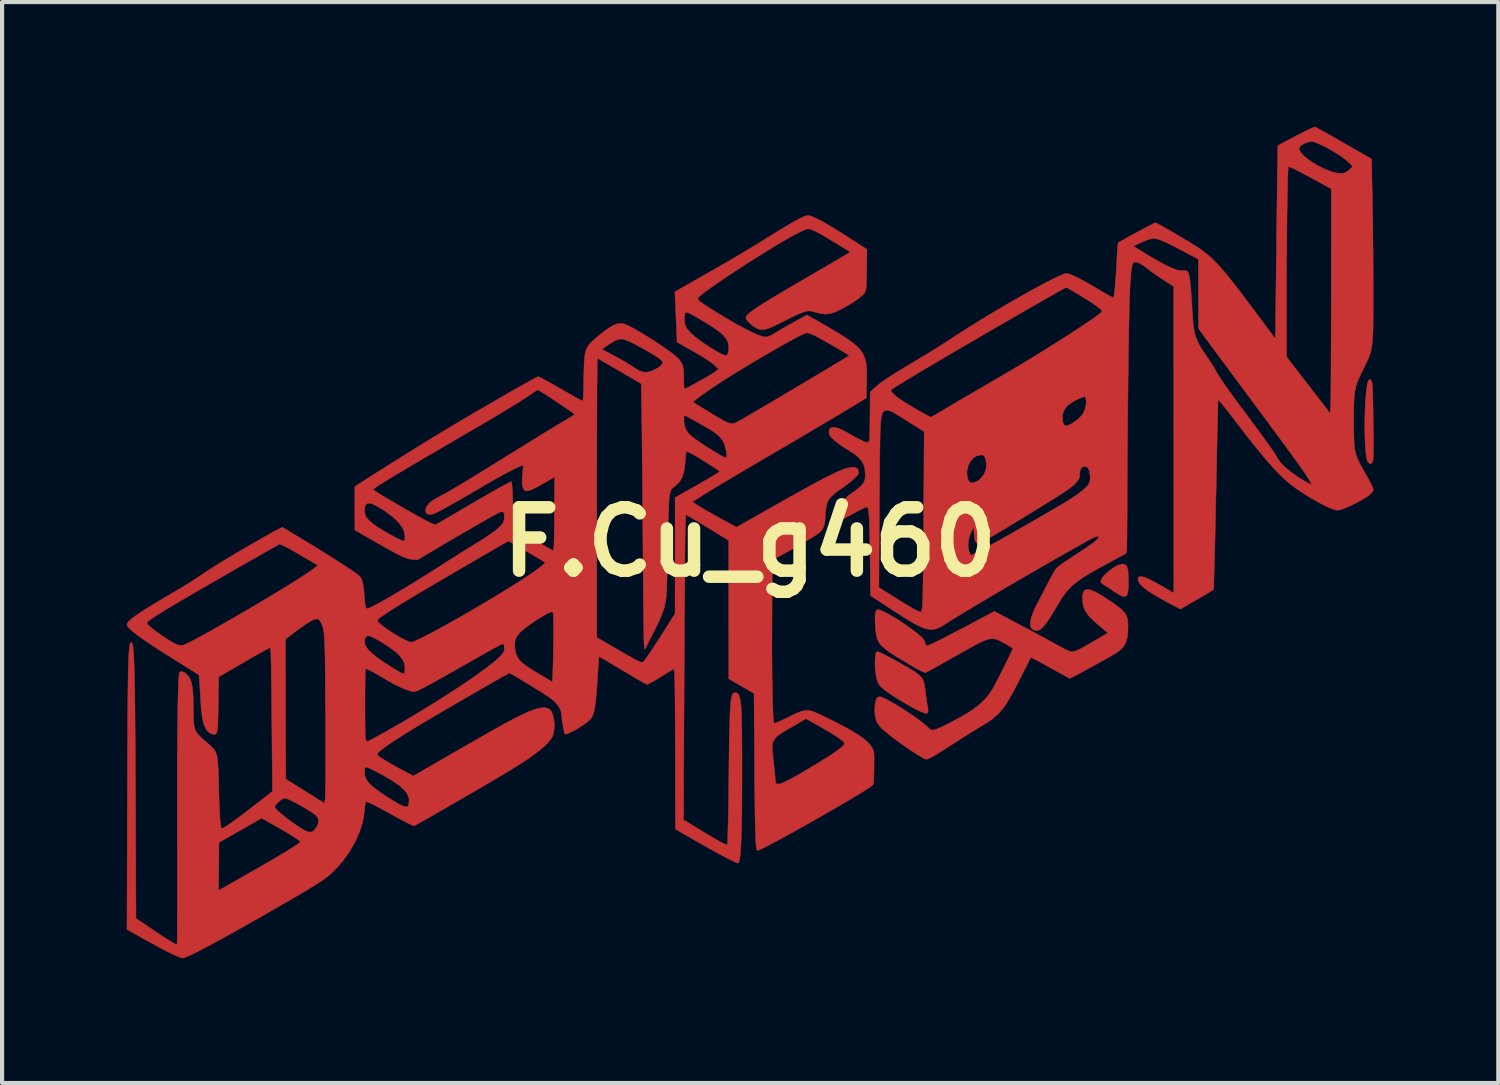
<source format=kicad_pcb>
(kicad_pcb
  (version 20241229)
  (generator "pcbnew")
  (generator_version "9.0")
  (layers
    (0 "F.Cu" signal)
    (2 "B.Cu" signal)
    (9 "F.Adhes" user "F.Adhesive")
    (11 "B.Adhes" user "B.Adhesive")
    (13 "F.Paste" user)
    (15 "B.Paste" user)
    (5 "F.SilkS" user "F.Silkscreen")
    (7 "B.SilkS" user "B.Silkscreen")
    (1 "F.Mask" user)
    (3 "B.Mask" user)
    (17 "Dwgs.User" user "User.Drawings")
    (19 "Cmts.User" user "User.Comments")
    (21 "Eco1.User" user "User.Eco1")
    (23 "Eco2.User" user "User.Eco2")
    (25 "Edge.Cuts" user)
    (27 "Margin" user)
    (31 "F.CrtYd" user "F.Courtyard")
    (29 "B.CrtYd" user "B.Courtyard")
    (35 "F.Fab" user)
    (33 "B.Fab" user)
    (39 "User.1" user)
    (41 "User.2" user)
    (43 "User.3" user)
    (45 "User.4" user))
  (footprint "F.Cu_g460"
    (layer "F.Cu")
    (at 14.992 9.992)
    (property "Reference" "F.Cu_g460" (at 0 0 0) (layer "F.SilkS") (effects (font (size 1.524 1.524) (thickness 0.3))))
    (attr through_hole)
    (fp_poly (pts (xy 9.019 0.537) (xy 9.056 0.563) (xy 9.083 0.613) (xy 9.1 0.69) (xy 9.109 0.8) (xy 9.111 0.942) (xy 9.109 1.092) (xy 9.098 1.202) (xy 9.076 1.274) (xy 9.04 1.31) (xy 8.987 1.313) (xy 8.915 1.285) (xy 8.82 1.227) (xy 8.772 1.195) (xy 8.689 1.138) (xy 8.609 1.085) (xy 8.545 1.046) (xy 8.525 1.035) (xy 8.468 0.996) (xy 8.445 0.952) (xy 8.457 0.898) (xy 8.504 0.831) (xy 8.558 0.774) (xy 8.654 0.688) (xy 8.756 0.615) (xy 8.853 0.562) (xy 8.937 0.533) (xy 8.969 0.529) (xy 9.019 0.537)) (stroke (width 0.01) (type solid)) (fill yes) (layer "F.Cu"))
    (fp_poly (pts (xy 14.939 -3.905) (xy 14.967 -3.857) (xy 14.972 -3.842) (xy 14.977 -3.807) (xy 14.981 -3.736) (xy 14.986 -3.633) (xy 14.99 -3.504) (xy 14.994 -3.355) (xy 14.997 -3.192) (xy 15 -3.02) (xy 15.002 -2.843) (xy 15.004 -2.669) (xy 15.005 -2.502) (xy 15.005 -2.349) (xy 15.005 -2.213) (xy 15.003 -2.102) (xy 15.001 -2.02) (xy 14.997 -1.974) (xy 14.977 -1.909) (xy 14.944 -1.883) (xy 14.901 -1.897) (xy 14.873 -1.923) (xy 14.853 -1.966) (xy 14.836 -2.046) (xy 14.823 -2.158) (xy 14.812 -2.295) (xy 14.804 -2.452) (xy 14.799 -2.624) (xy 14.798 -2.805) (xy 14.799 -2.99) (xy 14.804 -3.173) (xy 14.812 -3.349) (xy 14.823 -3.512) (xy 14.837 -3.656) (xy 14.855 -3.777) (xy 14.86 -3.806) (xy 14.883 -3.878) (xy 14.91 -3.911) (xy 14.939 -3.905)) (stroke (width 0.01) (type solid)) (fill yes) (layer "F.Cu"))
    (fp_poly (pts (xy 3.107 2.648) (xy 3.174 2.678) (xy 3.22 2.7) (xy 3.338 2.761) (xy 3.467 2.83) (xy 3.6 2.904) (xy 3.728 2.977) (xy 3.843 3.044) (xy 3.937 3.102) (xy 4.002 3.145) (xy 4.005 3.147) (xy 4.079 3.205) (xy 4.132 3.259) (xy 4.168 3.319) (xy 4.193 3.396) (xy 4.212 3.497) (xy 4.224 3.595) (xy 4.237 3.705) (xy 4.253 3.812) (xy 4.267 3.902) (xy 4.277 3.951) (xy 4.292 4.043) (xy 4.285 4.102) (xy 4.258 4.126) (xy 4.25 4.127) (xy 4.217 4.119) (xy 4.159 4.099) (xy 4.103 4.077) (xy 4.022 4.04) (xy 3.918 3.984) (xy 3.797 3.916) (xy 3.669 3.84) (xy 3.54 3.761) (xy 3.42 3.684) (xy 3.316 3.613) (xy 3.236 3.555) (xy 3.203 3.527) (xy 3.134 3.458) (xy 3.091 3.397) (xy 3.063 3.327) (xy 3.06 3.316) (xy 3.037 3.208) (xy 3.021 3.088) (xy 3.013 2.963) (xy 3.013 2.846) (xy 3.021 2.745) (xy 3.036 2.671) (xy 3.047 2.648) (xy 3.066 2.639) (xy 3.107 2.648)) (stroke (width 0.01) (type solid)) (fill yes) (layer "F.Cu"))
    (fp_poly (pts (xy 8.19 1.151) (xy 8.292 1.19) (xy 8.42 1.259) (xy 8.577 1.357) (xy 8.606 1.377) (xy 8.755 1.478) (xy 8.87 1.563) (xy 8.957 1.636) (xy 9.02 1.704) (xy 9.061 1.77) (xy 9.086 1.841) (xy 9.098 1.92) (xy 9.102 2.014) (xy 9.102 2.016) (xy 9.096 2.187) (xy 9.076 2.325) (xy 9.04 2.435) (xy 8.984 2.526) (xy 8.906 2.605) (xy 8.835 2.657) (xy 8.79 2.684) (xy 8.718 2.727) (xy 8.624 2.781) (xy 8.513 2.843) (xy 8.392 2.911) (xy 8.265 2.981) (xy 8.139 3.05) (xy 8.019 3.116) (xy 7.91 3.175) (xy 7.819 3.223) (xy 7.75 3.259) (xy 7.71 3.278) (xy 7.702 3.281) (xy 7.681 3.271) (xy 7.628 3.243) (xy 7.548 3.2) (xy 7.447 3.145) (xy 7.329 3.08) (xy 7.23 3.025) (xy 7.103 2.955) (xy 6.99 2.893) (xy 6.894 2.842) (xy 6.821 2.803) (xy 6.776 2.781) (xy 6.764 2.776) (xy 6.753 2.796) (xy 6.726 2.849) (xy 6.685 2.929) (xy 6.634 3.03) (xy 6.574 3.148) (xy 6.533 3.228) (xy 6.424 3.442) (xy 6.329 3.623) (xy 6.243 3.774) (xy 6.164 3.901) (xy 6.088 4.008) (xy 6.011 4.1) (xy 5.928 4.18) (xy 5.837 4.255) (xy 5.733 4.329) (xy 5.613 4.405) (xy 5.533 4.454) (xy 5.411 4.528) (xy 5.266 4.618) (xy 5.111 4.715) (xy 4.958 4.812) (xy 4.837 4.891) (xy 4.672 4.997) (xy 4.538 5.081) (xy 4.434 5.144) (xy 4.354 5.188) (xy 4.298 5.215) (xy 4.26 5.227) (xy 4.25 5.228) (xy 4.216 5.218) (xy 4.163 5.193) (xy 4.138 5.179) (xy 4.023 5.11) (xy 3.89 5.024) (xy 3.748 4.928) (xy 3.605 4.826) (xy 3.468 4.726) (xy 3.345 4.631) (xy 3.244 4.548) (xy 3.178 4.489) (xy 3.098 4.399) (xy 3.046 4.307) (xy 3.017 4.201) (xy 3.006 4.07) (xy 3.006 4.043) (xy 3.013 3.905) (xy 3.034 3.805) (xy 3.069 3.743) (xy 3.118 3.721) (xy 3.133 3.722) (xy 3.19 3.739) (xy 3.275 3.779) (xy 3.382 3.836) (xy 3.504 3.907) (xy 3.637 3.988) (xy 3.772 4.075) (xy 3.906 4.164) (xy 4.032 4.252) (xy 4.143 4.335) (xy 4.233 4.408) (xy 4.298 4.468) (xy 4.31 4.482) (xy 4.347 4.517) (xy 4.387 4.526) (xy 4.436 4.52) (xy 4.493 4.502) (xy 4.579 4.466) (xy 4.687 4.416) (xy 4.809 4.354) (xy 4.939 4.286) (xy 5.068 4.215) (xy 5.19 4.144) (xy 5.298 4.078) (xy 5.331 4.057) (xy 5.516 3.919) (xy 5.666 3.776) (xy 5.79 3.619) (xy 5.84 3.538) (xy 5.873 3.479) (xy 5.918 3.395) (xy 5.971 3.292) (xy 6.03 3.178) (xy 6.091 3.058) (xy 6.151 2.939) (xy 6.207 2.826) (xy 6.256 2.726) (xy 6.294 2.645) (xy 6.32 2.589) (xy 6.329 2.565) (xy 6.311 2.548) (xy 6.264 2.516) (xy 6.195 2.474) (xy 6.127 2.435) (xy 6.014 2.376) (xy 5.925 2.34) (xy 5.847 2.326) (xy 5.772 2.332) (xy 5.686 2.357) (xy 5.651 2.371) (xy 5.617 2.385) (xy 5.582 2.399) (xy 5.545 2.417) (xy 5.499 2.44) (xy 5.443 2.469) (xy 5.371 2.509) (xy 5.279 2.559) (xy 5.164 2.623) (xy 5.022 2.703) (xy 4.848 2.801) (xy 4.778 2.841) (xy 4.646 2.915) (xy 4.524 2.984) (xy 4.417 3.043) (xy 4.331 3.09) (xy 4.272 3.122) (xy 4.247 3.135) (xy 4.228 3.14) (xy 4.202 3.137) (xy 4.166 3.124) (xy 4.113 3.1) (xy 4.041 3.061) (xy 3.943 3.005) (xy 3.816 2.931) (xy 3.745 2.888) (xy 3.565 2.781) (xy 3.419 2.689) (xy 3.303 2.61) (xy 3.213 2.537) (xy 3.145 2.468) (xy 3.096 2.397) (xy 3.063 2.32) (xy 3.041 2.232) (xy 3.028 2.13) (xy 3.019 2.008) (xy 3.018 1.99) (xy 3.012 1.848) (xy 3.016 1.744) (xy 3.028 1.675) (xy 3.051 1.636) (xy 3.084 1.624) (xy 3.09 1.625) (xy 3.149 1.642) (xy 3.236 1.681) (xy 3.344 1.739) (xy 3.468 1.812) (xy 3.602 1.895) (xy 3.739 1.987) (xy 3.873 2.081) (xy 3.999 2.176) (xy 4.026 2.197) (xy 4.107 2.264) (xy 4.16 2.316) (xy 4.192 2.361) (xy 4.211 2.408) (xy 4.212 2.412) (xy 4.231 2.465) (xy 4.251 2.495) (xy 4.257 2.498) (xy 4.294 2.487) (xy 4.366 2.457) (xy 4.475 2.405) (xy 4.62 2.333) (xy 4.802 2.24) (xy 5.02 2.126) (xy 5.259 2.001) (xy 5.885 1.669) (xy 6.493 1.991) (xy 6.657 2.078) (xy 6.822 2.166) (xy 6.983 2.253) (xy 7.13 2.332) (xy 7.257 2.402) (xy 7.356 2.457) (xy 7.378 2.469) (xy 7.48 2.525) (xy 7.575 2.574) (xy 7.654 2.611) (xy 7.707 2.634) (xy 7.72 2.637) (xy 7.758 2.64) (xy 7.804 2.633) (xy 7.862 2.613) (xy 7.937 2.579) (xy 8.033 2.528) (xy 8.156 2.458) (xy 8.31 2.368) (xy 8.314 2.366) (xy 8.616 2.187) (xy 8.454 2.053) (xy 8.313 1.932) (xy 8.205 1.829) (xy 8.125 1.737) (xy 8.068 1.649) (xy 8.032 1.562) (xy 8.012 1.468) (xy 8.006 1.406) (xy 8.005 1.295) (xy 8.021 1.214) (xy 8.056 1.163) (xy 8.112 1.142) (xy 8.19 1.151)) (stroke (width 0.01) (type solid)) (fill yes) (layer "F.Cu"))
    (fp_poly (pts (xy 13.624 -9.975) (xy 13.681 -9.945) (xy 13.767 -9.898) (xy 13.876 -9.837) (xy 14.004 -9.765) (xy 14.148 -9.683) (xy 14.295 -9.599) (xy 14.959 -9.218) (xy 14.972 -8.625) (xy 14.978 -8.37) (xy 14.982 -8.1) (xy 14.987 -7.82) (xy 14.991 -7.533) (xy 14.994 -7.243) (xy 14.997 -6.954) (xy 14.999 -6.669) (xy 15 -6.393) (xy 15.001 -6.128) (xy 15.001 -5.88) (xy 15.001 -5.65) (xy 15 -5.443) (xy 14.998 -5.264) (xy 14.996 -5.114) (xy 14.992 -4.999) (xy 14.989 -4.922) (xy 14.988 -4.911) (xy 14.976 -4.786) (xy 14.963 -4.685) (xy 14.947 -4.599) (xy 14.924 -4.519) (xy 14.892 -4.434) (xy 14.847 -4.334) (xy 14.787 -4.211) (xy 14.761 -4.159) (xy 14.701 -4.037) (xy 14.653 -3.931) (xy 14.614 -3.836) (xy 14.585 -3.745) (xy 14.564 -3.652) (xy 14.549 -3.549) (xy 14.54 -3.43) (xy 14.535 -3.288) (xy 14.532 -3.117) (xy 14.532 -2.921) (xy 14.532 -2.718) (xy 14.534 -2.551) (xy 14.539 -2.412) (xy 14.548 -2.295) (xy 14.565 -2.193) (xy 14.589 -2.098) (xy 14.623 -2.005) (xy 14.669 -1.906) (xy 14.728 -1.795) (xy 14.801 -1.664) (xy 14.859 -1.563) (xy 14.929 -1.437) (xy 14.976 -1.34) (xy 15 -1.274) (xy 15.003 -1.25) (xy 14.978 -1.199) (xy 14.917 -1.138) (xy 14.891 -1.117) (xy 14.816 -1.067) (xy 14.716 -1.008) (xy 14.601 -0.947) (xy 14.482 -0.887) (xy 14.37 -0.835) (xy 14.275 -0.797) (xy 14.22 -0.779) (xy 14.165 -0.767) (xy 14.119 -0.766) (xy 14.066 -0.778) (xy 13.993 -0.805) (xy 13.973 -0.812) (xy 13.865 -0.86) (xy 13.733 -0.928) (xy 13.585 -1.01) (xy 13.432 -1.1) (xy 13.283 -1.195) (xy 13.147 -1.286) (xy 13.14 -1.291) (xy 13.034 -1.371) (xy 12.927 -1.459) (xy 12.816 -1.56) (xy 12.699 -1.676) (xy 12.575 -1.809) (xy 12.44 -1.962) (xy 12.292 -2.138) (xy 12.129 -2.339) (xy 11.948 -2.568) (xy 11.748 -2.827) (xy 11.598 -3.023) (xy 11.493 -3.16) (xy 11.406 -3.269) (xy 11.339 -3.35) (xy 11.293 -3.4) (xy 11.27 -3.417) (xy 11.267 -3.415) (xy 11.266 -3.389) (xy 11.264 -3.323) (xy 11.262 -3.221) (xy 11.258 -3.085) (xy 11.255 -2.918) (xy 11.25 -2.722) (xy 11.246 -2.501) (xy 11.24 -2.257) (xy 11.235 -1.994) (xy 11.229 -1.713) (xy 11.223 -1.418) (xy 11.217 -1.122) (xy 11.21 -0.816) (xy 11.204 -0.523) (xy 11.198 -0.244) (xy 11.192 0.017) (xy 11.186 0.258) (xy 11.18 0.476) (xy 11.175 0.668) (xy 11.17 0.832) (xy 11.166 0.965) (xy 11.163 1.063) (xy 11.16 1.125) (xy 11.157 1.147) (xy 11.136 1.161) (xy 11.083 1.193) (xy 11.005 1.24) (xy 10.907 1.298) (xy 10.794 1.363) (xy 10.753 1.387) (xy 10.361 1.614) (xy 10.128 1.492) (xy 9.915 1.377) (xy 9.739 1.276) (xy 9.598 1.186) (xy 9.49 1.107) (xy 9.412 1.036) (xy 9.364 0.972) (xy 9.342 0.916) (xy 9.341 0.862) (xy 9.366 0.834) (xy 9.42 0.831) (xy 9.495 0.847) (xy 9.551 0.869) (xy 9.636 0.909) (xy 9.742 0.964) (xy 9.862 1.029) (xy 9.988 1.101) (xy 10.114 1.176) (xy 10.134 1.189) (xy 10.202 1.231) (xy 10.201 -2.459) (xy 10.2 -6.149) (xy 9.953 -6.308) (xy 9.849 -6.376) (xy 9.745 -6.448) (xy 9.653 -6.514) (xy 9.586 -6.566) (xy 9.583 -6.569) (xy 9.485 -6.643) (xy 9.394 -6.698) (xy 9.318 -6.731) (xy 9.261 -6.739) (xy 9.239 -6.731) (xy 9.218 -6.702) (xy 9.2 -6.65) (xy 9.185 -6.57) (xy 9.171 -6.461) (xy 9.159 -6.317) (xy 9.147 -6.136) (xy 9.144 -6.077) (xy 9.14 -5.982) (xy 9.136 -5.848) (xy 9.132 -5.678) (xy 9.127 -5.477) (xy 9.123 -5.247) (xy 9.119 -4.992) (xy 9.114 -4.716) (xy 9.11 -4.422) (xy 9.106 -4.113) (xy 9.102 -3.794) (xy 9.098 -3.467) (xy 9.095 -3.135) (xy 9.091 -2.803) (xy 9.089 -2.475) (xy 9.086 -2.152) (xy 9.084 -1.839) (xy 9.082 -1.54) (xy 9.081 -1.258) (xy 9.081 -0.995) (xy 9.081 -0.961) (xy 9.081 -0.751) (xy 9.08 -0.552) (xy 9.078 -0.368) (xy 9.077 -0.202) (xy 9.075 -0.061) (xy 9.072 0.052) (xy 9.07 0.132) (xy 9.067 0.175) (xy 9.067 0.176) (xy 9.054 0.273) (xy 8.617 0.51) (xy 8.399 0.629) (xy 8.215 0.734) (xy 8.06 0.827) (xy 7.931 0.913) (xy 7.822 0.995) (xy 7.73 1.076) (xy 7.649 1.16) (xy 7.577 1.25) (xy 7.507 1.35) (xy 7.437 1.464) (xy 7.43 1.477) (xy 7.335 1.636) (xy 7.258 1.763) (xy 7.193 1.864) (xy 7.138 1.942) (xy 7.09 2.004) (xy 7.046 2.053) (xy 6.978 2.112) (xy 6.916 2.135) (xy 6.849 2.124) (xy 6.82 2.112) (xy 6.772 2.066) (xy 6.751 1.991) (xy 6.757 1.889) (xy 6.791 1.763) (xy 6.851 1.615) (xy 6.885 1.545) (xy 6.993 1.336) (xy 7.083 1.161) (xy 7.157 1.018) (xy 7.218 0.903) (xy 7.267 0.812) (xy 7.305 0.744) (xy 7.335 0.693) (xy 7.359 0.658) (xy 7.377 0.635) (xy 7.38 0.632) (xy 7.408 0.605) (xy 7.447 0.573) (xy 7.501 0.533) (xy 7.574 0.482) (xy 7.67 0.417) (xy 7.793 0.336) (xy 7.947 0.235) (xy 7.99 0.207) (xy 8.139 0.109) (xy 8.251 0.029) (xy 8.33 -0.034) (xy 8.377 -0.082) (xy 8.393 -0.115) (xy 8.387 -0.131) (xy 8.376 -0.137) (xy 8.36 -0.137) (xy 8.333 -0.13) (xy 8.294 -0.115) (xy 8.239 -0.088) (xy 8.164 -0.049) (xy 8.067 0.004) (xy 7.943 0.073) (xy 7.791 0.159) (xy 7.605 0.264) (xy 7.556 0.291) (xy 7.31 0.432) (xy 7.057 0.577) (xy 6.8 0.725) (xy 6.542 0.875) (xy 6.288 1.023) (xy 6.04 1.168) (xy 5.802 1.308) (xy 5.578 1.441) (xy 5.37 1.564) (xy 5.183 1.677) (xy 5.019 1.776) (xy 4.882 1.86) (xy 4.775 1.927) (xy 4.71 1.97) (xy 4.624 2.025) (xy 4.545 2.066) (xy 4.468 2.094) (xy 4.39 2.106) (xy 4.307 2.102) (xy 4.215 2.08) (xy 4.11 2.04) (xy 3.989 1.98) (xy 3.846 1.899) (xy 3.68 1.796) (xy 3.484 1.671) (xy 3.361 1.59) (xy 2.905 1.29) (xy 2.902 1.094) (xy 3.107 1.094) (xy 3.45 1.311) (xy 3.63 1.423) (xy 3.785 1.517) (xy 3.913 1.592) (xy 4.012 1.645) (xy 4.08 1.677) (xy 4.115 1.686) (xy 4.117 1.686) (xy 4.13 1.663) (xy 4.144 1.61) (xy 4.155 1.544) (xy 4.157 1.503) (xy 4.16 1.423) (xy 4.162 1.308) (xy 4.165 1.159) (xy 4.168 0.981) (xy 4.171 0.776) (xy 4.173 0.548) (xy 4.176 0.299) (xy 4.177 0.137) (xy 5.254 0.137) (xy 5.278 0.238) (xy 5.301 0.288) (xy 5.319 0.315) (xy 5.323 0.318) (xy 5.347 0.309) (xy 5.397 0.285) (xy 5.464 0.253) (xy 5.467 0.251) (xy 5.546 0.21) (xy 5.657 0.15) (xy 5.794 0.074) (xy 5.954 -0.014) (xy 6.13 -0.113) (xy 6.317 -0.22) (xy 6.512 -0.33) (xy 6.709 -0.443) (xy 6.903 -0.554) (xy 7.088 -0.661) (xy 7.262 -0.762) (xy 7.417 -0.853) (xy 7.55 -0.932) (xy 7.655 -0.995) (xy 7.715 -1.033) (xy 7.876 -1.141) (xy 8.003 -1.238) (xy 8.096 -1.321) (xy 8.15 -1.387) (xy 8.176 -1.44) (xy 8.189 -1.494) (xy 8.189 -1.569) (xy 8.188 -1.598) (xy 8.171 -1.708) (xy 8.136 -1.782) (xy 8.084 -1.817) (xy 8.058 -1.82) (xy 7.995 -1.803) (xy 7.955 -1.75) (xy 7.938 -1.662) (xy 7.938 -1.637) (xy 7.935 -1.57) (xy 7.922 -1.522) (xy 7.892 -1.476) (xy 7.848 -1.425) (xy 7.815 -1.392) (xy 7.779 -1.358) (xy 7.735 -1.322) (xy 7.681 -1.281) (xy 7.614 -1.234) (xy 7.529 -1.177) (xy 7.424 -1.109) (xy 7.295 -1.028) (xy 7.138 -0.931) (xy 6.951 -0.816) (xy 6.805 -0.726) (xy 6.538 -0.563) (xy 6.305 -0.421) (xy 6.105 -0.301) (xy 5.937 -0.2) (xy 5.8 -0.119) (xy 5.691 -0.057) (xy 5.611 -0.013) (xy 5.561 0.013) (xy 5.509 0.035) (xy 5.479 0.039) (xy 5.454 0.023) (xy 5.445 0.015) (xy 5.423 -0.024) (xy 5.408 -0.094) (xy 5.398 -0.193) (xy 5.387 -0.364) (xy 5.326 -0.24) (xy 5.279 -0.116) (xy 5.255 0.014) (xy 5.254 0.137) (xy 4.177 0.137) (xy 4.178 0.034) (xy 4.18 -0.246) (xy 4.182 -0.536) (xy 4.183 -0.624) (xy 4.189 -1.667) (xy 5.224 -1.667) (xy 5.233 -1.561) (xy 5.262 -1.479) (xy 5.3 -1.433) (xy 5.346 -1.424) (xy 5.411 -1.436) (xy 5.481 -1.468) (xy 5.508 -1.485) (xy 5.557 -1.53) (xy 5.61 -1.594) (xy 5.633 -1.627) (xy 5.681 -1.739) (xy 5.695 -1.865) (xy 5.675 -1.989) (xy 5.663 -2.022) (xy 5.636 -2.072) (xy 5.602 -2.093) (xy 5.566 -2.095) (xy 5.466 -2.076) (xy 5.377 -2.02) (xy 5.304 -1.936) (xy 5.252 -1.83) (xy 5.226 -1.708) (xy 5.224 -1.667) (xy 4.189 -1.667) (xy 4.195 -2.656) (xy 3.838 -2.881) (xy 3.724 -2.953) (xy 3.618 -3.019) (xy 3.527 -3.074) (xy 3.457 -3.116) (xy 3.416 -3.14) (xy 3.414 -3.141) (xy 3.327 -3.171) (xy 3.257 -3.167) (xy 3.208 -3.127) (xy 3.208 -3.127) (xy 3.196 -3.106) (xy 3.184 -3.08) (xy 3.174 -3.047) (xy 3.165 -3.005) (xy 3.158 -2.952) (xy 3.151 -2.884) (xy 3.145 -2.799) (xy 3.14 -2.695) (xy 3.136 -2.569) (xy 3.133 -2.419) (xy 3.13 -2.241) (xy 3.127 -2.034) (xy 3.124 -1.795) (xy 3.122 -1.521) (xy 3.12 -1.209) (xy 3.118 -0.866) (xy 3.107 1.094) (xy 2.902 1.094) (xy 2.893 0.333) (xy 2.889 0.073) (xy 2.885 -0.148) (xy 2.881 -0.331) (xy 2.876 -0.482) (xy 2.87 -0.602) (xy 2.862 -0.694) (xy 2.854 -0.762) (xy 2.844 -0.807) (xy 2.833 -0.834) (xy 2.828 -0.84) (xy 2.81 -0.841) (xy 2.77 -0.828) (xy 2.705 -0.798) (xy 2.611 -0.751) (xy 2.487 -0.685) (xy 2.339 -0.604) (xy 2.224 -0.543) (xy 2.14 -0.506) (xy 2.081 -0.49) (xy 2.044 -0.495) (xy 2.024 -0.52) (xy 2.024 -0.52) (xy 2.013 -0.565) (xy 2.017 -0.615) (xy 2.039 -0.68) (xy 2.072 -0.751) (xy 2.147 -0.881) (xy 2.245 -1) (xy 2.372 -1.115) (xy 2.499 -1.209) (xy 2.611 -1.29) (xy 2.689 -1.36) (xy 2.74 -1.427) (xy 2.768 -1.499) (xy 2.778 -1.582) (xy 2.778 -1.613) (xy 2.77 -1.741) (xy 2.745 -1.848) (xy 2.699 -1.941) (xy 2.627 -2.027) (xy 2.525 -2.111) (xy 2.388 -2.2) (xy 2.35 -2.223) (xy 2.251 -2.285) (xy 2.15 -2.355) (xy 2.063 -2.423) (xy 2.029 -2.452) (xy 1.965 -2.513) (xy 1.928 -2.556) (xy 1.91 -2.594) (xy 1.905 -2.637) (xy 1.905 -2.649) (xy 1.918 -2.718) (xy 1.959 -2.756) (xy 2.027 -2.763) (xy 2.123 -2.74) (xy 2.247 -2.685) (xy 2.361 -2.622) (xy 2.472 -2.559) (xy 2.579 -2.501) (xy 2.675 -2.452) (xy 2.754 -2.415) (xy 2.807 -2.395) (xy 2.823 -2.392) (xy 2.856 -2.409) (xy 2.871 -2.429) (xy 2.876 -2.459) (xy 2.88 -2.526) (xy 2.884 -2.623) (xy 2.888 -2.745) (xy 2.89 -2.885) (xy 2.892 -3.037) (xy 2.895 -3.609) (xy 2.951 -3.66) (xy 3.396 -3.66) (xy 3.4 -3.628) (xy 3.438 -3.579) (xy 3.507 -3.516) (xy 3.581 -3.458) (xy 3.633 -3.423) (xy 3.708 -3.374) (xy 3.801 -3.318) (xy 3.903 -3.256) (xy 4.009 -3.193) (xy 4.112 -3.134) (xy 4.204 -3.081) (xy 4.28 -3.04) (xy 4.332 -3.014) (xy 4.353 -3.006) (xy 4.379 -3.016) (xy 4.434 -3.045) (xy 4.448 -3.053) (xy 7.521 -3.053) (xy 7.525 -2.924) (xy 7.536 -2.873) (xy 7.559 -2.82) (xy 7.593 -2.797) (xy 7.645 -2.802) (xy 7.72 -2.835) (xy 7.76 -2.857) (xy 7.903 -2.957) (xy 8.007 -3.071) (xy 8.07 -3.2) (xy 8.094 -3.342) (xy 8.094 -3.349) (xy 8.091 -3.419) (xy 8.083 -3.472) (xy 8.074 -3.492) (xy 8.044 -3.494) (xy 7.988 -3.478) (xy 7.915 -3.447) (xy 7.833 -3.407) (xy 7.753 -3.36) (xy 7.683 -3.313) (xy 7.635 -3.273) (xy 7.558 -3.169) (xy 7.521 -3.053) (xy 4.448 -3.053) (xy 4.508 -3.087) (xy 4.595 -3.139) (xy 4.596 -3.14) (xy 4.669 -3.184) (xy 4.773 -3.246) (xy 4.9 -3.321) (xy 5.044 -3.406) (xy 5.199 -3.496) (xy 5.358 -3.589) (xy 5.429 -3.63) (xy 5.701 -3.788) (xy 5.942 -3.928) (xy 6.158 -4.055) (xy 6.355 -4.172) (xy 6.54 -4.282) (xy 6.718 -4.39) (xy 6.895 -4.498) (xy 7.078 -4.611) (xy 7.197 -4.685) (xy 7.367 -4.792) (xy 7.539 -4.901) (xy 7.708 -5.009) (xy 7.869 -5.115) (xy 8.019 -5.214) (xy 8.154 -5.304) (xy 8.269 -5.383) (xy 8.36 -5.448) (xy 8.423 -5.495) (xy 8.453 -5.521) (xy 8.471 -5.544) (xy 8.474 -5.564) (xy 8.454 -5.589) (xy 8.409 -5.627) (xy 8.374 -5.655) (xy 8.319 -5.695) (xy 8.242 -5.747) (xy 8.149 -5.808) (xy 8.046 -5.873) (xy 7.941 -5.938) (xy 7.84 -5.999) (xy 7.75 -6.053) (xy 7.677 -6.094) (xy 7.628 -6.119) (xy 7.612 -6.124) (xy 7.589 -6.114) (xy 7.533 -6.083) (xy 7.445 -6.035) (xy 7.328 -5.969) (xy 7.184 -5.887) (xy 7.017 -5.792) (xy 6.827 -5.684) (xy 6.619 -5.564) (xy 6.395 -5.435) (xy 6.156 -5.297) (xy 5.906 -5.153) (xy 5.647 -5.003) (xy 5.382 -4.848) (xy 5.113 -4.692) (xy 5.006 -4.629) (xy 4.788 -4.502) (xy 4.575 -4.377) (xy 4.371 -4.256) (xy 4.177 -4.141) (xy 3.998 -4.034) (xy 3.837 -3.937) (xy 3.695 -3.851) (xy 3.578 -3.779) (xy 3.487 -3.722) (xy 3.426 -3.682) (xy 3.398 -3.662) (xy 3.396 -3.66) (xy 2.951 -3.66) (xy 3.022 -3.725) (xy 3.077 -3.774) (xy 3.143 -3.825) (xy 3.221 -3.882) (xy 3.316 -3.947) (xy 3.433 -4.022) (xy 3.573 -4.109) (xy 3.741 -4.211) (xy 3.941 -4.331) (xy 4.032 -4.385) (xy 4.19 -4.48) (xy 4.363 -4.586) (xy 4.539 -4.696) (xy 4.707 -4.802) (xy 4.854 -4.898) (xy 4.889 -4.921) (xy 5.076 -5.043) (xy 5.276 -5.17) (xy 5.486 -5.301) (xy 5.704 -5.433) (xy 5.925 -5.566) (xy 6.146 -5.696) (xy 6.364 -5.822) (xy 6.575 -5.942) (xy 6.777 -6.055) (xy 6.965 -6.157) (xy 7.137 -6.248) (xy 7.288 -6.326) (xy 7.417 -6.388) (xy 7.518 -6.432) (xy 7.589 -6.458) (xy 7.619 -6.463) (xy 7.683 -6.45) (xy 7.781 -6.413) (xy 7.911 -6.349) (xy 8.075 -6.261) (xy 8.265 -6.151) (xy 8.412 -6.065) (xy 8.527 -5.998) (xy 8.613 -5.949) (xy 8.674 -5.915) (xy 8.715 -5.895) (xy 8.739 -5.886) (xy 8.75 -5.886) (xy 8.751 -5.886) (xy 8.761 -5.916) (xy 8.771 -5.982) (xy 8.783 -6.082) (xy 8.794 -6.21) (xy 8.806 -6.362) (xy 8.817 -6.532) (xy 8.827 -6.717) (xy 8.827 -6.72) (xy 8.835 -6.857) (xy 8.842 -6.978) (xy 8.85 -7.079) (xy 8.854 -7.12) (xy 9.226 -7.12) (xy 9.539 -6.928) (xy 9.76 -6.796) (xy 9.949 -6.692) (xy 10.108 -6.613) (xy 10.238 -6.559) (xy 10.341 -6.531) (xy 10.417 -6.526) (xy 10.43 -6.528) (xy 10.466 -6.533) (xy 10.497 -6.53) (xy 10.522 -6.516) (xy 10.544 -6.486) (xy 10.563 -6.438) (xy 10.579 -6.368) (xy 10.593 -6.273) (xy 10.606 -6.15) (xy 10.618 -5.995) (xy 10.631 -5.804) (xy 10.645 -5.576) (xy 10.647 -5.541) (xy 10.66 -5.349) (xy 10.676 -5.191) (xy 10.698 -5.058) (xy 10.728 -4.942) (xy 10.769 -4.835) (xy 10.824 -4.727) (xy 10.895 -4.611) (xy 10.986 -4.479) (xy 10.999 -4.46) (xy 11.062 -4.369) (xy 11.122 -4.278) (xy 11.169 -4.199) (xy 11.191 -4.159) (xy 11.228 -4.09) (xy 11.278 -4.008) (xy 11.342 -3.91) (xy 11.423 -3.792) (xy 11.522 -3.652) (xy 11.641 -3.487) (xy 11.783 -3.294) (xy 11.927 -3.101) (xy 12.092 -2.879) (xy 12.233 -2.688) (xy 12.352 -2.525) (xy 12.452 -2.387) (xy 12.533 -2.272) (xy 12.598 -2.177) (xy 12.65 -2.099) (xy 12.688 -2.035) (xy 12.71 -1.997) (xy 12.756 -1.927) (xy 12.823 -1.852) (xy 12.915 -1.769) (xy 13.038 -1.673) (xy 13.141 -1.598) (xy 13.197 -1.56) (xy 13.268 -1.516) (xy 13.346 -1.47) (xy 13.419 -1.427) (xy 13.48 -1.395) (xy 13.517 -1.378) (xy 13.522 -1.376) (xy 13.517 -1.393) (xy 13.495 -1.435) (xy 13.471 -1.476) (xy 13.444 -1.522) (xy 13.409 -1.576) (xy 13.366 -1.642) (xy 13.312 -1.72) (xy 13.246 -1.814) (xy 13.167 -1.925) (xy 13.073 -2.055) (xy 12.963 -2.206) (xy 12.836 -2.38) (xy 12.689 -2.579) (xy 12.522 -2.806) (xy 12.333 -3.061) (xy 12.12 -3.348) (xy 12.044 -3.45) (xy 11.882 -3.668) (xy 11.725 -3.88) (xy 11.576 -4.081) (xy 11.436 -4.27) (xy 11.307 -4.444) (xy 11.293 -4.462) (xy 12.912 -4.462) (xy 13.117 -4.194) (xy 13.192 -4.096) (xy 13.286 -3.974) (xy 13.392 -3.837) (xy 13.501 -3.696) (xy 13.608 -3.558) (xy 13.641 -3.515) (xy 13.959 -3.104) (xy 13.974 -3.198) (xy 13.976 -3.23) (xy 13.977 -3.303) (xy 13.979 -3.412) (xy 13.981 -3.556) (xy 13.982 -3.731) (xy 13.984 -3.936) (xy 13.985 -4.166) (xy 13.986 -4.42) (xy 13.987 -4.695) (xy 13.988 -4.988) (xy 13.989 -5.297) (xy 13.989 -5.619) (xy 13.99 -5.895) (xy 13.991 -8.499) (xy 13.615 -8.704) (xy 13.429 -8.805) (xy 13.277 -8.885) (xy 13.157 -8.948) (xy 13.067 -8.992) (xy 13.006 -9.019) (xy 12.971 -9.031) (xy 12.961 -9.031) (xy 12.957 -9.006) (xy 12.952 -8.942) (xy 12.948 -8.843) (xy 12.944 -8.71) (xy 12.94 -8.549) (xy 12.936 -8.361) (xy 12.932 -8.151) (xy 12.928 -7.921) (xy 12.925 -7.675) (xy 12.922 -7.415) (xy 12.919 -7.146) (xy 12.917 -6.87) (xy 12.915 -6.591) (xy 12.913 -6.312) (xy 12.913 -6.036) (xy 12.912 -5.909) (xy 12.912 -4.462) (xy 11.293 -4.462) (xy 11.192 -4.599) (xy 11.093 -4.732) (xy 11.012 -4.842) (xy 10.951 -4.924) (xy 10.913 -4.977) (xy 10.905 -4.988) (xy 10.795 -5.139) (xy 10.795 -5.972) (xy 10.794 -6.805) (xy 10.387 -7.02) (xy 10.217 -7.109) (xy 10.078 -7.178) (xy 9.967 -7.23) (xy 9.878 -7.267) (xy 9.807 -7.289) (xy 9.75 -7.301) (xy 9.717 -7.303) (xy 9.658 -7.296) (xy 9.58 -7.273) (xy 9.478 -7.234) (xy 9.36 -7.181) (xy 9.226 -7.12) (xy 8.854 -7.12) (xy 8.857 -7.154) (xy 8.863 -7.194) (xy 8.865 -7.2) (xy 8.89 -7.217) (xy 8.946 -7.249) (xy 9.025 -7.294) (xy 9.122 -7.348) (xy 9.23 -7.407) (xy 9.343 -7.468) (xy 9.453 -7.527) (xy 9.556 -7.582) (xy 9.644 -7.628) (xy 9.711 -7.662) (xy 9.751 -7.681) (xy 9.759 -7.684) (xy 9.786 -7.673) (xy 9.843 -7.643) (xy 9.926 -7.598) (xy 10.027 -7.541) (xy 10.142 -7.474) (xy 10.266 -7.402) (xy 10.392 -7.327) (xy 10.515 -7.253) (xy 10.629 -7.183) (xy 10.729 -7.121) (xy 10.81 -7.069) (xy 10.858 -7.036) (xy 10.947 -6.969) (xy 11.033 -6.9) (xy 11.118 -6.825) (xy 11.204 -6.74) (xy 11.296 -6.643) (xy 11.395 -6.53) (xy 11.504 -6.399) (xy 11.626 -6.246) (xy 11.765 -6.067) (xy 11.921 -5.861) (xy 12.1 -5.623) (xy 12.111 -5.608) (xy 12.647 -4.889) (xy 12.661 -6.196) (xy 12.665 -6.469) (xy 12.668 -6.761) (xy 12.672 -7.065) (xy 12.675 -7.372) (xy 12.679 -7.673) (xy 12.683 -7.961) (xy 12.686 -8.225) (xy 12.69 -8.458) (xy 12.69 -8.522) (xy 12.704 -9.492) (xy 13.221 -9.492) (xy 13.222 -9.439) (xy 13.257 -9.374) (xy 13.322 -9.302) (xy 13.41 -9.226) (xy 13.516 -9.149) (xy 13.634 -9.076) (xy 13.761 -9.008) (xy 13.888 -8.95) (xy 14.013 -8.906) (xy 14.128 -8.878) (xy 14.216 -8.869) (xy 14.283 -8.872) (xy 14.333 -8.888) (xy 14.383 -8.922) (xy 14.417 -8.952) (xy 14.51 -9.034) (xy 14.436 -9.112) (xy 14.359 -9.182) (xy 14.258 -9.259) (xy 14.141 -9.338) (xy 14.014 -9.416) (xy 13.885 -9.488) (xy 13.761 -9.55) (xy 13.651 -9.599) (xy 13.56 -9.629) (xy 13.507 -9.637) (xy 13.439 -9.626) (xy 13.362 -9.598) (xy 13.291 -9.56) (xy 13.239 -9.518) (xy 13.221 -9.492) (xy 12.704 -9.492) (xy 12.705 -9.54) (xy 13.136 -9.767) (xy 13.26 -9.832) (xy 13.373 -9.889) (xy 13.47 -9.935) (xy 13.543 -9.968) (xy 13.588 -9.985) (xy 13.599 -9.987) (xy 13.624 -9.975)) (stroke (width 0.01) (type solid)) (fill yes) (layer "F.Cu"))
    (fp_poly (pts (xy 1.435 -7.853) (xy 1.513 -7.826) (xy 1.605 -7.785) (xy 1.716 -7.728) (xy 1.847 -7.655) (xy 2.002 -7.562) (xy 2.185 -7.449) (xy 2.398 -7.313) (xy 2.437 -7.288) (xy 2.818 -7.042) (xy 2.811 -6.551) (xy 2.809 -6.395) (xy 2.807 -6.275) (xy 2.804 -6.185) (xy 2.799 -6.12) (xy 2.793 -6.074) (xy 2.784 -6.041) (xy 2.772 -6.015) (xy 2.756 -5.989) (xy 2.752 -5.984) (xy 2.697 -5.925) (xy 2.609 -5.853) (xy 2.493 -5.773) (xy 2.354 -5.688) (xy 2.198 -5.602) (xy 2.185 -5.596) (xy 2.05 -5.532) (xy 1.935 -5.496) (xy 1.825 -5.484) (xy 1.709 -5.496) (xy 1.592 -5.525) (xy 1.508 -5.548) (xy 1.451 -5.56) (xy 1.404 -5.56) (xy 1.353 -5.551) (xy 1.301 -5.536) (xy 1.24 -5.514) (xy 1.151 -5.476) (xy 1.043 -5.426) (xy 0.925 -5.369) (xy 0.836 -5.323) (xy 0.683 -5.245) (xy 0.561 -5.186) (xy 0.463 -5.146) (xy 0.385 -5.121) (xy 0.32 -5.11) (xy 0.263 -5.112) (xy 0.217 -5.121) (xy 0.154 -5.149) (xy 0.081 -5.196) (xy 0.009 -5.254) (xy -0.05 -5.314) (xy -0.087 -5.366) (xy -0.091 -5.378) (xy -0.093 -5.4) (xy -0.086 -5.424) (xy -0.067 -5.453) (xy -0.036 -5.486) (xy 0.011 -5.526) (xy 0.075 -5.574) (xy 0.158 -5.632) (xy 0.262 -5.7) (xy 0.39 -5.78) (xy 0.543 -5.874) (xy 0.723 -5.982) (xy 0.933 -6.106) (xy 1.175 -6.248) (xy 1.45 -6.408) (xy 1.63 -6.513) (xy 1.778 -6.599) (xy 1.918 -6.681) (xy 2.046 -6.756) (xy 2.156 -6.821) (xy 2.242 -6.872) (xy 2.3 -6.906) (xy 2.314 -6.915) (xy 2.416 -6.978) (xy 2.176 -7.127) (xy 1.991 -7.24) (xy 1.837 -7.333) (xy 1.712 -7.405) (xy 1.611 -7.459) (xy 1.532 -7.498) (xy 1.47 -7.522) (xy 1.423 -7.533) (xy 1.402 -7.535) (xy 1.354 -7.524) (xy 1.274 -7.492) (xy 1.168 -7.441) (xy 1.038 -7.373) (xy 0.89 -7.29) (xy 0.777 -7.224) (xy 0.582 -7.107) (xy 0.381 -6.984) (xy 0.176 -6.856) (xy -0.029 -6.726) (xy -0.229 -6.597) (xy -0.422 -6.471) (xy -0.603 -6.35) (xy -0.77 -6.237) (xy -0.917 -6.134) (xy -1.043 -6.044) (xy -1.142 -5.969) (xy -1.212 -5.911) (xy -1.245 -5.879) (xy -1.252 -5.859) (xy -1.242 -5.833) (xy -1.211 -5.8) (xy -1.154 -5.756) (xy -1.069 -5.697) (xy -0.952 -5.621) (xy -0.91 -5.594) (xy -0.696 -5.462) (xy -0.491 -5.339) (xy -0.298 -5.23) (xy -0.121 -5.135) (xy 0.035 -5.056) (xy 0.168 -4.995) (xy 0.273 -4.955) (xy 0.346 -4.937) (xy 0.393 -4.935) (xy 0.434 -4.94) (xy 0.481 -4.958) (xy 0.544 -4.992) (xy 0.628 -5.042) (xy 0.718 -5.096) (xy 0.833 -5.163) (xy 0.957 -5.234) (xy 1.078 -5.301) (xy 1.095 -5.31) (xy 1.376 -5.463) (xy 1.751 -5.249) (xy 1.972 -5.121) (xy 2.158 -5.009) (xy 2.313 -4.91) (xy 2.439 -4.822) (xy 2.54 -4.742) (xy 2.619 -4.667) (xy 2.68 -4.595) (xy 2.726 -4.522) (xy 2.76 -4.447) (xy 2.773 -4.405) (xy 2.789 -4.35) (xy 2.8 -4.295) (xy 2.807 -4.233) (xy 2.811 -4.155) (xy 2.812 -4.054) (xy 2.811 -3.921) (xy 2.81 -3.866) (xy 2.805 -3.466) (xy 2.297 -3.159) (xy 2.182 -3.09) (xy 2.036 -3.003) (xy 1.864 -2.901) (xy 1.672 -2.787) (xy 1.464 -2.664) (xy 1.247 -2.536) (xy 1.026 -2.405) (xy 0.805 -2.276) (xy 0.678 -2.201) (xy 0.374 -2.024) (xy 0.105 -1.866) (xy -0.133 -1.726) (xy -0.342 -1.602) (xy -0.525 -1.494) (xy -0.684 -1.399) (xy -0.823 -1.316) (xy -0.942 -1.243) (xy -1.046 -1.179) (xy -1.137 -1.122) (xy -1.21 -1.076) (xy -1.377 -0.969) (xy -1.308 -0.917) (xy -1.258 -0.884) (xy -1.176 -0.834) (xy -1.069 -0.771) (xy -0.942 -0.698) (xy -0.801 -0.619) (xy -0.652 -0.537) (xy -0.524 -0.468) (xy -0.318 -0.357) (xy 0.587 -0.87) (xy 0.887 -1.039) (xy 1.152 -1.188) (xy 1.386 -1.317) (xy 1.59 -1.428) (xy 1.768 -1.522) (xy 1.921 -1.6) (xy 2.052 -1.663) (xy 2.163 -1.713) (xy 2.257 -1.75) (xy 2.335 -1.776) (xy 2.401 -1.792) (xy 2.456 -1.798) (xy 2.475 -1.799) (xy 2.548 -1.792) (xy 2.59 -1.767) (xy 2.612 -1.716) (xy 2.615 -1.702) (xy 2.618 -1.664) (xy 2.606 -1.629) (xy 2.572 -1.586) (xy 2.526 -1.539) (xy 2.458 -1.477) (xy 2.371 -1.407) (xy 2.282 -1.341) (xy 2.265 -1.329) (xy 2.13 -1.235) (xy 2.027 -1.156) (xy 1.952 -1.086) (xy 1.898 -1.017) (xy 1.863 -0.944) (xy 1.84 -0.859) (xy 1.827 -0.755) (xy 1.82 -0.656) (xy 1.81 -0.523) (xy 1.794 -0.423) (xy 1.77 -0.348) (xy 1.735 -0.289) (xy 1.685 -0.237) (xy 1.671 -0.225) (xy 1.611 -0.18) (xy 1.516 -0.119) (xy 1.386 -0.039) (xy 1.219 0.058) (xy 1.015 0.174) (xy 0.878 0.25) (xy 0.54 0.438) (xy 0.534 1.96) (xy 0.533 2.303) (xy 0.533 2.627) (xy 0.534 2.931) (xy 0.537 3.212) (xy 0.54 3.468) (xy 0.544 3.697) (xy 0.549 3.895) (xy 0.555 4.062) (xy 0.562 4.194) (xy 0.57 4.29) (xy 0.578 4.347) (xy 0.583 4.361) (xy 0.604 4.358) (xy 0.657 4.339) (xy 0.736 4.306) (xy 0.833 4.261) (xy 0.925 4.216) (xy 1.063 4.149) (xy 1.174 4.099) (xy 1.266 4.067) (xy 1.349 4.053) (xy 1.429 4.056) (xy 1.516 4.078) (xy 1.618 4.118) (xy 1.743 4.176) (xy 1.854 4.23) (xy 2.098 4.352) (xy 2.305 4.461) (xy 2.479 4.559) (xy 2.621 4.648) (xy 2.736 4.73) (xy 2.827 4.807) (xy 2.895 4.881) (xy 2.944 4.953) (xy 2.949 4.962) (xy 2.965 4.996) (xy 2.978 5.03) (xy 2.985 5.073) (xy 2.99 5.13) (xy 2.992 5.211) (xy 2.991 5.321) (xy 2.99 5.421) (xy 2.988 5.545) (xy 2.984 5.657) (xy 2.979 5.749) (xy 2.973 5.813) (xy 2.969 5.839) (xy 2.947 5.86) (xy 2.891 5.899) (xy 2.807 5.955) (xy 2.696 6.024) (xy 2.562 6.105) (xy 2.409 6.197) (xy 2.241 6.296) (xy 2.06 6.401) (xy 1.87 6.511) (xy 1.676 6.622) (xy 1.479 6.734) (xy 1.284 6.844) (xy 1.094 6.95) (xy 0.913 7.05) (xy 0.744 7.143) (xy 0.59 7.225) (xy 0.456 7.296) (xy 0.344 7.354) (xy 0.258 7.395) (xy 0.201 7.419) (xy 0.178 7.424) (xy 0.169 7.407) (xy 0.161 7.374) (xy 0.153 7.322) (xy 0.147 7.25) (xy 0.141 7.156) (xy 0.136 7.036) (xy 0.132 6.888) (xy 0.128 6.712) (xy 0.124 6.503) (xy 0.121 6.261) (xy 0.118 5.982) (xy 0.115 5.666) (xy 0.113 5.383) (xy 0.11 4.911) (xy 0.539 4.911) (xy 0.541 5.007) (xy 0.552 5.126) (xy 0.569 5.271) (xy 0.583 5.399) (xy 0.596 5.517) (xy 0.606 5.617) (xy 0.612 5.69) (xy 0.614 5.727) (xy 0.62 5.782) (xy 0.64 5.815) (xy 0.679 5.826) (xy 0.74 5.814) (xy 0.828 5.779) (xy 0.947 5.721) (xy 0.963 5.712) (xy 1.053 5.664) (xy 1.171 5.597) (xy 1.307 5.518) (xy 1.454 5.431) (xy 1.603 5.341) (xy 1.745 5.254) (xy 1.872 5.175) (xy 1.976 5.108) (xy 2.022 5.077) (xy 2.1 5.021) (xy 2.172 4.965) (xy 2.225 4.919) (xy 2.232 4.912) (xy 2.269 4.869) (xy 2.278 4.841) (xy 2.264 4.814) (xy 2.263 4.814) (xy 2.221 4.775) (xy 2.147 4.721) (xy 2.043 4.652) (xy 1.917 4.574) (xy 1.771 4.487) (xy 1.645 4.415) (xy 1.353 4.251) (xy 1.068 4.417) (xy 0.911 4.508) (xy 0.787 4.583) (xy 0.692 4.648) (xy 0.623 4.707) (xy 0.577 4.767) (xy 0.55 4.833) (xy 0.539 4.911) (xy 0.11 4.911) (xy 0.101 3.644) (xy -0.202 3.468) (xy -0.506 3.291) (xy -0.508 -0.036) (xy -0.905 -0.28) (xy -1.029 -0.357) (xy -1.149 -0.43) (xy -1.257 -0.495) (xy -1.346 -0.548) (xy -1.409 -0.584) (xy -1.42 -0.591) (xy -1.539 -0.656) (xy -1.552 -0.291) (xy -1.554 -0.228) (xy -1.556 -0.126) (xy -1.558 0.014) (xy -1.56 0.188) (xy -1.562 0.394) (xy -1.564 0.629) (xy -1.566 0.891) (xy -1.568 1.177) (xy -1.57 1.484) (xy -1.572 1.81) (xy -1.574 2.152) (xy -1.576 2.508) (xy -1.578 2.875) (xy -1.58 3.25) (xy -1.58 3.378) (xy -1.594 6.681) (xy -1.342 6.838) (xy -1.138 6.964) (xy -0.962 7.07) (xy -0.815 7.155) (xy -0.698 7.22) (xy -0.613 7.262) (xy -0.56 7.283) (xy -0.543 7.283) (xy -0.539 7.258) (xy -0.535 7.194) (xy -0.531 7.092) (xy -0.527 6.955) (xy -0.523 6.786) (xy -0.519 6.587) (xy -0.515 6.36) (xy -0.511 6.108) (xy -0.507 5.833) (xy -0.506 5.678) (xy -0.502 5.335) (xy -0.498 5.032) (xy -0.494 4.766) (xy -0.489 4.536) (xy -0.484 4.338) (xy -0.478 4.17) (xy -0.471 4.03) (xy -0.463 3.916) (xy -0.454 3.825) (xy -0.443 3.754) (xy -0.431 3.701) (xy -0.416 3.664) (xy -0.399 3.64) (xy -0.38 3.627) (xy -0.359 3.623) (xy -0.34 3.624) (xy -0.301 3.637) (xy -0.271 3.67) (xy -0.247 3.727) (xy -0.229 3.815) (xy -0.213 3.939) (xy -0.209 3.972) (xy -0.204 4.045) (xy -0.2 4.155) (xy -0.197 4.299) (xy -0.193 4.47) (xy -0.191 4.666) (xy -0.189 4.88) (xy -0.188 5.109) (xy -0.187 5.348) (xy -0.187 5.592) (xy -0.187 5.837) (xy -0.189 6.077) (xy -0.19 6.309) (xy -0.192 6.527) (xy -0.195 6.727) (xy -0.199 6.905) (xy -0.203 7.055) (xy -0.207 7.173) (xy -0.21 7.218) (xy -0.22 7.379) (xy -0.23 7.503) (xy -0.239 7.595) (xy -0.248 7.658) (xy -0.259 7.697) (xy -0.271 7.718) (xy -0.285 7.726) (xy -0.289 7.726) (xy -0.323 7.716) (xy -0.389 7.686) (xy -0.483 7.639) (xy -0.602 7.578) (xy -0.741 7.504) (xy -0.896 7.419) (xy -1.063 7.326) (xy -1.238 7.227) (xy -1.333 7.172) (xy -1.789 6.909) (xy -1.794 4.976) (xy -1.795 4.636) (xy -1.796 4.337) (xy -1.797 4.075) (xy -1.799 3.849) (xy -1.801 3.656) (xy -1.803 3.495) (xy -1.805 3.362) (xy -1.807 3.257) (xy -1.81 3.176) (xy -1.814 3.117) (xy -1.818 3.079) (xy -1.822 3.059) (xy -1.826 3.054) (xy -1.853 3.068) (xy -1.909 3.101) (xy -1.987 3.148) (xy -2.081 3.205) (xy -2.149 3.247) (xy -2.249 3.308) (xy -2.339 3.36) (xy -2.41 3.4) (xy -2.456 3.424) (xy -2.469 3.429) (xy -2.493 3.418) (xy -2.549 3.389) (xy -2.631 3.342) (xy -2.736 3.282) (xy -2.858 3.21) (xy -2.994 3.129) (xy -3.06 3.09) (xy -3.199 3.006) (xy -3.326 2.931) (xy -3.436 2.865) (xy -3.526 2.813) (xy -3.59 2.777) (xy -3.624 2.758) (xy -3.629 2.756) (xy -3.631 2.778) (xy -3.636 2.837) (xy -3.642 2.926) (xy -3.65 3.041) (xy -3.66 3.177) (xy -3.669 3.323) (xy -3.684 3.541) (xy -3.699 3.721) (xy -3.714 3.867) (xy -3.731 3.984) (xy -3.749 4.077) (xy -3.77 4.149) (xy -3.795 4.205) (xy -3.823 4.248) (xy -3.867 4.294) (xy -3.935 4.349) (xy -4.019 4.409) (xy -4.111 4.468) (xy -4.205 4.523) (xy -4.292 4.57) (xy -4.367 4.605) (xy -4.422 4.622) (xy -4.448 4.619) (xy -4.46 4.591) (xy -4.475 4.531) (xy -4.49 4.451) (xy -4.506 4.361) (xy -4.519 4.271) (xy -4.527 4.194) (xy -4.53 4.148) (xy -4.548 4.055) (xy -4.601 3.955) (xy -4.682 3.855) (xy -4.78 3.769) (xy -4.832 3.732) (xy -4.908 3.682) (xy -5.004 3.62) (xy -5.113 3.552) (xy -5.23 3.479) (xy -5.349 3.406) (xy -5.465 3.336) (xy -5.571 3.272) (xy -5.662 3.219) (xy -5.732 3.18) (xy -5.775 3.158) (xy -5.786 3.154) (xy -5.807 3.164) (xy -5.862 3.194) (xy -5.946 3.24) (xy -6.055 3.302) (xy -6.185 3.376) (xy -6.333 3.461) (xy -6.495 3.554) (xy -6.667 3.653) (xy -6.845 3.756) (xy -7.026 3.861) (xy -7.206 3.966) (xy -7.381 4.068) (xy -7.547 4.165) (xy -7.7 4.256) (xy -7.838 4.337) (xy -7.955 4.407) (xy -8.001 4.434) (xy -8.207 4.561) (xy -8.395 4.678) (xy -8.561 4.785) (xy -8.701 4.88) (xy -8.812 4.959) (xy -8.891 5.02) (xy -8.913 5.04) (xy -8.954 5.082) (xy -8.965 5.11) (xy -8.953 5.133) (xy -8.918 5.163) (xy -8.851 5.208) (xy -8.757 5.266) (xy -8.641 5.334) (xy -8.51 5.408) (xy -8.368 5.485) (xy -8.339 5.5) (xy -8.095 5.629) (xy -7.175 5.098) (xy -6.98 4.986) (xy -6.784 4.873) (xy -6.593 4.764) (xy -6.412 4.661) (xy -6.246 4.567) (xy -6.102 4.485) (xy -5.984 4.419) (xy -5.905 4.375) (xy -5.674 4.251) (xy -5.474 4.152) (xy -5.304 4.076) (xy -5.161 4.023) (xy -5.043 3.993) (xy -4.947 3.985) (xy -4.871 3.997) (xy -4.814 4.031) (xy -4.784 4.063) (xy -4.742 4.15) (xy -4.715 4.263) (xy -4.703 4.389) (xy -4.708 4.515) (xy -4.729 4.627) (xy -4.749 4.681) (xy -4.802 4.765) (xy -4.883 4.858) (xy -4.996 4.961) (xy -5.14 5.076) (xy -5.318 5.204) (xy -5.532 5.345) (xy -5.782 5.501) (xy -5.902 5.574) (xy -6 5.632) (xy -6.121 5.703) (xy -6.261 5.786) (xy -6.417 5.877) (xy -6.585 5.975) (xy -6.76 6.076) (xy -6.939 6.18) (xy -7.118 6.284) (xy -7.293 6.385) (xy -7.46 6.481) (xy -7.615 6.57) (xy -7.754 6.649) (xy -7.873 6.717) (xy -7.968 6.771) (xy -8.036 6.809) (xy -8.072 6.828) (xy -8.076 6.83) (xy -8.103 6.823) (xy -8.16 6.798) (xy -8.243 6.758) (xy -8.346 6.705) (xy -8.463 6.642) (xy -8.525 6.608) (xy -8.719 6.5) (xy -8.88 6.413) (xy -9.008 6.345) (xy -9.106 6.296) (xy -9.177 6.265) (xy -9.221 6.25) (xy -9.242 6.25) (xy -9.242 6.25) (xy -9.25 6.276) (xy -9.259 6.335) (xy -9.268 6.416) (xy -9.273 6.478) (xy -9.31 6.714) (xy -9.384 6.959) (xy -9.491 7.204) (xy -9.629 7.445) (xy -9.793 7.675) (xy -9.981 7.888) (xy -10 7.906) (xy -10.05 7.954) (xy -10.102 8.001) (xy -10.159 8.048) (xy -10.224 8.097) (xy -10.301 8.151) (xy -10.391 8.211) (xy -10.499 8.279) (xy -10.626 8.357) (xy -10.776 8.447) (xy -10.952 8.55) (xy -11.158 8.669) (xy -11.394 8.805) (xy -11.589 8.916) (xy -11.949 9.122) (xy -12.276 9.307) (xy -12.569 9.47) (xy -12.827 9.612) (xy -13.051 9.733) (xy -13.241 9.832) (xy -13.395 9.91) (xy -13.514 9.966) (xy -13.598 10) (xy -13.646 10.012) (xy -13.647 10.012) (xy -13.688 10.002) (xy -13.758 9.977) (xy -13.844 9.94) (xy -13.931 9.898) (xy -14.02 9.853) (xy -14.136 9.792) (xy -14.27 9.72) (xy -14.411 9.643) (xy -14.55 9.567) (xy -14.572 9.555) (xy -14.987 9.324) (xy -14.978 6.128) (xy -14.977 5.659) (xy -14.975 5.231) (xy -14.974 4.842) (xy -14.972 4.49) (xy -14.97 4.173) (xy -14.968 3.889) (xy -14.965 3.637) (xy -14.962 3.415) (xy -14.959 3.22) (xy -14.955 3.052) (xy -14.951 2.908) (xy -14.946 2.787) (xy -14.941 2.686) (xy -14.935 2.604) (xy -14.929 2.54) (xy -14.921 2.491) (xy -14.913 2.456) (xy -14.904 2.432) (xy -14.895 2.419) (xy -14.884 2.413) (xy -14.881 2.413) (xy -14.87 2.42) (xy -14.86 2.441) (xy -14.85 2.478) (xy -14.842 2.534) (xy -14.834 2.608) (xy -14.827 2.704) (xy -14.821 2.822) (xy -14.815 2.964) (xy -14.81 3.133) (xy -14.805 3.329) (xy -14.801 3.554) (xy -14.797 3.81) (xy -14.794 4.098) (xy -14.791 4.42) (xy -14.788 4.778) (xy -14.786 5.173) (xy -14.783 5.607) (xy -14.781 6.082) (xy -14.781 6.141) (xy -14.77 9.054) (xy -14.46 9.265) (xy -14.273 9.391) (xy -14.115 9.496) (xy -13.986 9.578) (xy -13.887 9.637) (xy -13.821 9.673) (xy -13.786 9.685) (xy -13.783 9.683) (xy -13.781 9.661) (xy -13.78 9.599) (xy -13.778 9.499) (xy -13.777 9.365) (xy -13.776 9.198) (xy -13.775 9.002) (xy -13.774 8.779) (xy -13.774 8.531) (xy -13.774 8.384) (xy -12.785 8.384) (xy -12.737 8.359) (xy -12.708 8.343) (xy -12.647 8.308) (xy -12.558 8.258) (xy -12.446 8.194) (xy -12.314 8.119) (xy -12.169 8.036) (xy -12.023 7.953) (xy -11.745 7.793) (xy -11.504 7.654) (xy -11.3 7.534) (xy -11.132 7.433) (xy -11.001 7.351) (xy -10.904 7.287) (xy -10.844 7.243) (xy -10.818 7.217) (xy -10.817 7.213) (xy -10.835 7.191) (xy -10.887 7.151) (xy -10.972 7.094) (xy -11.086 7.023) (xy -11.228 6.939) (xy -11.393 6.844) (xy -11.403 6.839) (xy -11.746 6.645) (xy -12.26 6.937) (xy -12.774 7.229) (xy -12.78 7.807) (xy -12.785 8.384) (xy -13.774 8.384) (xy -13.774 8.261) (xy -13.774 7.972) (xy -13.774 7.665) (xy -13.774 7.345) (xy -13.775 7.012) (xy -13.775 6.989) (xy -13.776 6.451) (xy -13.776 5.952) (xy -13.775 5.494) (xy -13.774 5.075) (xy -13.771 4.697) (xy -13.768 4.359) (xy -13.764 4.062) (xy -13.76 3.806) (xy -13.754 3.591) (xy -13.748 3.417) (xy -13.741 3.286) (xy -13.734 3.196) (xy -13.725 3.148) (xy -13.724 3.145) (xy -13.695 3.116) (xy -13.646 3.119) (xy -13.582 3.156) (xy -13.567 3.169) (xy -13.515 3.22) (xy -13.474 3.283) (xy -13.443 3.361) (xy -13.42 3.46) (xy -13.404 3.584) (xy -13.394 3.74) (xy -13.39 3.93) (xy -13.39 4) (xy -13.388 4.167) (xy -13.384 4.299) (xy -13.375 4.403) (xy -13.358 4.485) (xy -13.329 4.554) (xy -13.288 4.616) (xy -13.23 4.679) (xy -13.153 4.749) (xy -13.088 4.805) (xy -13.015 4.869) (xy -12.955 4.923) (xy -12.908 4.972) (xy -12.871 5.023) (xy -12.843 5.08) (xy -12.822 5.149) (xy -12.808 5.233) (xy -12.798 5.339) (xy -12.791 5.472) (xy -12.786 5.636) (xy -12.781 5.838) (xy -12.781 5.853) (xy -12.773 6.119) (xy -12.765 6.348) (xy -12.755 6.538) (xy -12.745 6.688) (xy -12.734 6.799) (xy -12.723 6.868) (xy -12.712 6.895) (xy -12.688 6.89) (xy -12.634 6.86) (xy -12.552 6.807) (xy -12.446 6.732) (xy -12.316 6.639) (xy -12.167 6.527) (xy -12 6.4) (xy -11.969 6.376) (xy -11.43 6.376) (xy -11.413 6.408) (xy -11.366 6.459) (xy -11.295 6.524) (xy -11.204 6.599) (xy -11.1 6.68) (xy -10.988 6.761) (xy -10.874 6.84) (xy -10.762 6.911) (xy -10.758 6.913) (xy -10.66 6.963) (xy -10.584 6.982) (xy -10.524 6.969) (xy -10.484 6.937) (xy -10.412 6.84) (xy -10.378 6.747) (xy -10.383 6.663) (xy -10.427 6.591) (xy -10.435 6.583) (xy -10.489 6.54) (xy -10.572 6.484) (xy -10.674 6.419) (xy -10.787 6.353) (xy -10.9 6.29) (xy -11.005 6.236) (xy -11.036 6.221) (xy -11.112 6.187) (xy -11.162 6.17) (xy -11.2 6.169) (xy -11.236 6.179) (xy -11.24 6.181) (xy -11.29 6.211) (xy -11.344 6.258) (xy -11.393 6.309) (xy -11.424 6.355) (xy -11.43 6.376) (xy -11.969 6.376) (xy -11.898 6.321) (xy -11.487 6.001) (xy -11.501 4.35) (xy -11.504 4.087) (xy -11.506 3.835) (xy -11.509 3.598) (xy -11.512 3.378) (xy -11.515 3.179) (xy -11.517 3.005) (xy -11.52 2.859) (xy -11.523 2.744) (xy -11.525 2.664) (xy -11.528 2.622) (xy -11.528 2.619) (xy -11.541 2.539) (xy -11.702 2.626) (xy -11.767 2.661) (xy -11.861 2.714) (xy -11.976 2.78) (xy -12.106 2.854) (xy -12.242 2.933) (xy -12.322 2.979) (xy -12.781 3.246) (xy -12.789 3.883) (xy -12.792 4.083) (xy -12.796 4.245) (xy -12.8 4.373) (xy -12.807 4.47) (xy -12.816 4.54) (xy -12.829 4.587) (xy -12.845 4.615) (xy -12.866 4.629) (xy -12.892 4.631) (xy -12.917 4.627) (xy -12.99 4.6) (xy -13.052 4.55) (xy -13.102 4.473) (xy -13.143 4.367) (xy -13.174 4.228) (xy -13.197 4.054) (xy -13.214 3.842) (xy -13.218 3.768) (xy -13.224 3.648) (xy -13.231 3.526) (xy -13.237 3.419) (xy -13.242 3.35) (xy -13.254 3.198) (xy -13.829 2.839) (xy -14.091 2.674) (xy -14.317 2.528) (xy -14.508 2.401) (xy -14.666 2.292) (xy -14.79 2.199) (xy -14.883 2.123) (xy -14.946 2.061) (xy -14.979 2.015) (xy -14.986 1.99) (xy -14.975 1.953) (xy -14.973 1.95) (xy -14.509 1.95) (xy -14.508 1.954) (xy -14.482 1.989) (xy -14.426 2.041) (xy -14.347 2.105) (xy -14.252 2.176) (xy -14.148 2.251) (xy -14.04 2.322) (xy -13.937 2.387) (xy -13.846 2.438) (xy -13.784 2.468) (xy -13.731 2.485) (xy -13.678 2.488) (xy -13.618 2.475) (xy -13.542 2.444) (xy -13.443 2.395) (xy -13.356 2.349) (xy -13.338 2.339) (xy -11.174 2.339) (xy -11.17 4.021) (xy -11.165 5.703) (xy -10.7 5.995) (xy -10.234 6.287) (xy -10.217 6.176) (xy -10.215 6.138) (xy -10.213 6.061) (xy -10.211 5.949) (xy -10.209 5.804) (xy -10.208 5.63) (xy -10.208 5.531) (xy -9.271 5.531) (xy -9.265 5.608) (xy -9.243 5.68) (xy -9.204 5.75) (xy -9.142 5.822) (xy -9.055 5.901) (xy -8.939 5.99) (xy -8.79 6.093) (xy -8.721 6.139) (xy -8.624 6.2) (xy -8.525 6.259) (xy -8.438 6.308) (xy -8.394 6.331) (xy -8.313 6.365) (xy -8.26 6.373) (xy -8.227 6.353) (xy -8.207 6.304) (xy -8.201 6.277) (xy -8.2 6.172) (xy -8.237 6.069) (xy -8.314 5.965) (xy -8.431 5.86) (xy -8.555 5.773) (xy -8.654 5.712) (xy -8.764 5.648) (xy -8.876 5.585) (xy -8.983 5.527) (xy -9.079 5.478) (xy -9.156 5.442) (xy -9.208 5.422) (xy -9.223 5.419) (xy -9.251 5.423) (xy -9.265 5.441) (xy -9.27 5.485) (xy -9.271 5.531) (xy -10.208 5.531) (xy -10.207 5.429) (xy -10.207 5.207) (xy -10.207 4.964) (xy -10.207 4.706) (xy -10.208 4.435) (xy -10.209 4.212) (xy -10.21 3.97) (xy -9.26 3.97) (xy -9.259 4.132) (xy -9.258 4.287) (xy -9.257 4.428) (xy -9.254 4.55) (xy -9.251 4.648) (xy -9.248 4.716) (xy -9.244 4.747) (xy -9.227 4.789) (xy -9.211 4.805) (xy -9.188 4.795) (xy -9.135 4.768) (xy -9.056 4.726) (xy -8.959 4.673) (xy -8.849 4.613) (xy -8.847 4.612) (xy -8.563 4.452) (xy -8.278 4.287) (xy -7.994 4.118) (xy -7.716 3.948) (xy -7.446 3.78) (xy -7.188 3.615) (xy -6.945 3.455) (xy -6.72 3.303) (xy -6.518 3.161) (xy -6.34 3.031) (xy -6.192 2.916) (xy -6.076 2.817) (xy -6.027 2.771) (xy -5.964 2.705) (xy -5.927 2.656) (xy -5.909 2.615) (xy -5.905 2.575) (xy -5.909 2.515) (xy -5.914 2.49) (xy -5.659 2.49) (xy -5.652 2.56) (xy -5.636 2.649) (xy -5.613 2.725) (xy -5.578 2.793) (xy -5.528 2.858) (xy -5.458 2.923) (xy -5.363 2.994) (xy -5.239 3.074) (xy -5.083 3.169) (xy -5.069 3.177) (xy -4.752 3.366) (xy -4.739 3.075) (xy -4.735 2.968) (xy -4.731 2.83) (xy -4.728 2.67) (xy -4.725 2.499) (xy -4.723 2.327) (xy -4.723 2.238) (xy -4.722 2.069) (xy -4.723 1.937) (xy -4.724 1.839) (xy -4.727 1.769) (xy -4.732 1.722) (xy -4.739 1.695) (xy -4.748 1.682) (xy -4.752 1.68) (xy -4.787 1.685) (xy -4.85 1.711) (xy -4.933 1.755) (xy -5.031 1.812) (xy -5.136 1.879) (xy -5.243 1.951) (xy -5.345 2.024) (xy -5.436 2.094) (xy -5.509 2.156) (xy -5.542 2.189) (xy -5.613 2.283) (xy -5.651 2.379) (xy -5.659 2.49) (xy -5.914 2.49) (xy -5.918 2.469) (xy -5.918 2.467) (xy -5.922 2.459) (xy -5.927 2.453) (xy -5.936 2.452) (xy -5.953 2.456) (xy -5.981 2.466) (xy -6.022 2.486) (xy -6.079 2.515) (xy -6.155 2.556) (xy -6.252 2.611) (xy -6.375 2.679) (xy -6.526 2.764) (xy -6.707 2.867) (xy -6.922 2.988) (xy -6.953 3.006) (xy -7.177 3.133) (xy -7.367 3.24) (xy -7.527 3.33) (xy -7.659 3.403) (xy -7.766 3.462) (xy -7.852 3.507) (xy -7.919 3.542) (xy -7.97 3.566) (xy -8.01 3.583) (xy -8.039 3.592) (xy -8.063 3.597) (xy -8.083 3.598) (xy -8.083 3.598) (xy -8.159 3.587) (xy -8.263 3.554) (xy -8.389 3.502) (xy -8.529 3.434) (xy -8.677 3.354) (xy -8.726 3.326) (xy -8.882 3.234) (xy -9.005 3.162) (xy -9.099 3.111) (xy -9.167 3.076) (xy -9.212 3.058) (xy -9.237 3.053) (xy -9.244 3.056) (xy -9.248 3.081) (xy -9.251 3.142) (xy -9.254 3.234) (xy -9.256 3.352) (xy -9.258 3.491) (xy -9.259 3.643) (xy -9.26 3.805) (xy -9.26 3.97) (xy -10.21 3.97) (xy -10.21 3.87) (xy -10.212 3.566) (xy -10.214 3.3) (xy -10.216 3.068) (xy -10.219 2.868) (xy -10.222 2.696) (xy -10.226 2.549) (xy -10.23 2.427) (xy -10.232 2.39) (xy -9.271 2.39) (xy -9.261 2.458) (xy -9.228 2.528) (xy -9.171 2.603) (xy -9.086 2.686) (xy -8.971 2.778) (xy -8.823 2.882) (xy -8.639 3.001) (xy -8.608 3.02) (xy -8.489 3.093) (xy -8.402 3.141) (xy -8.346 3.167) (xy -8.317 3.171) (xy -8.314 3.168) (xy -8.304 3.134) (xy -8.299 3.074) (xy -8.298 3.041) (xy -8.311 2.929) (xy -8.354 2.828) (xy -8.433 2.727) (xy -8.453 2.706) (xy -8.526 2.641) (xy -8.625 2.566) (xy -8.739 2.487) (xy -8.858 2.411) (xy -8.974 2.343) (xy -9.077 2.289) (xy -9.157 2.257) (xy -9.158 2.256) (xy -9.21 2.258) (xy -9.249 2.295) (xy -9.269 2.361) (xy -9.271 2.39) (xy -10.232 2.39) (xy -10.236 2.324) (xy -10.243 2.239) (xy -10.25 2.169) (xy -10.259 2.112) (xy -10.27 2.064) (xy -10.281 2.022) (xy -10.295 1.985) (xy -10.308 1.955) (xy -10.343 1.895) (xy -10.344 1.894) (xy -8.961 1.894) (xy -8.961 1.896) (xy -8.93 1.937) (xy -8.87 1.992) (xy -8.785 2.057) (xy -8.685 2.127) (xy -8.575 2.199) (xy -8.463 2.267) (xy -8.356 2.326) (xy -8.261 2.373) (xy -8.185 2.403) (xy -8.144 2.412) (xy -8.111 2.403) (xy -8.05 2.379) (xy -7.968 2.342) (xy -7.874 2.297) (xy -7.868 2.294) (xy -7.69 2.202) (xy -7.489 2.095) (xy -7.27 1.974) (xy -7.038 1.844) (xy -6.798 1.706) (xy -6.555 1.564) (xy -6.313 1.421) (xy -6.077 1.279) (xy -5.852 1.141) (xy -5.643 1.011) (xy -5.454 0.89) (xy -5.291 0.782) (xy -5.158 0.69) (xy -5.105 0.651) (xy -5.021 0.587) (xy -4.968 0.543) (xy -4.939 0.514) (xy -4.932 0.495) (xy -4.941 0.481) (xy -4.946 0.477) (xy -4.979 0.457) (xy -5.04 0.42) (xy -5.122 0.372) (xy -5.22 0.314) (xy -5.326 0.252) (xy -5.435 0.189) (xy -5.541 0.128) (xy -5.637 0.073) (xy -5.717 0.028) (xy -5.775 -0.005) (xy -5.805 -0.02) (xy -5.807 -0.021) (xy -5.828 -0.011) (xy -5.882 0.019) (xy -5.965 0.066) (xy -6.073 0.128) (xy -6.204 0.203) (xy -6.352 0.289) (xy -6.516 0.384) (xy -6.69 0.485) (xy -6.872 0.591) (xy -7.057 0.699) (xy -7.243 0.807) (xy -7.425 0.914) (xy -7.6 1.016) (xy -7.764 1.113) (xy -7.913 1.201) (xy -8.044 1.279) (xy -8.154 1.344) (xy -8.234 1.393) (xy -8.427 1.511) (xy -8.586 1.61) (xy -8.713 1.692) (xy -8.812 1.757) (xy -8.883 1.808) (xy -8.93 1.847) (xy -8.955 1.875) (xy -8.961 1.894) (xy -10.344 1.894) (xy -10.382 1.857) (xy -10.392 1.852) (xy -10.437 1.851) (xy -10.499 1.87) (xy -10.581 1.913) (xy -10.687 1.979) (xy -10.819 2.072) (xy -10.908 2.138) (xy -11.174 2.339) (xy -13.338 2.339) (xy -13.152 2.238) (xy -12.933 2.116) (xy -12.703 1.987) (xy -12.467 1.851) (xy -12.227 1.712) (xy -11.987 1.572) (xy -11.751 1.432) (xy -11.523 1.295) (xy -11.306 1.164) (xy -11.104 1.04) (xy -10.921 0.925) (xy -10.76 0.823) (xy -10.625 0.734) (xy -10.52 0.662) (xy -10.45 0.609) (xy -10.391 0.561) (xy -10.838 0.3) (xy -10.963 0.228) (xy -11.077 0.164) (xy -11.174 0.112) (xy -11.25 0.074) (xy -11.298 0.053) (xy -11.313 0.05) (xy -11.337 0.062) (xy -11.393 0.094) (xy -11.48 0.142) (xy -11.592 0.206) (xy -11.727 0.282) (xy -11.881 0.37) (xy -12.051 0.467) (xy -12.233 0.571) (xy -12.312 0.616) (xy -12.658 0.814) (xy -12.969 0.993) (xy -13.245 1.153) (xy -13.49 1.295) (xy -13.704 1.42) (xy -13.889 1.53) (xy -14.046 1.624) (xy -14.177 1.705) (xy -14.284 1.772) (xy -14.368 1.828) (xy -14.431 1.873) (xy -14.475 1.907) (xy -14.5 1.933) (xy -14.509 1.95) (xy -14.973 1.95) (xy -14.941 1.907) (xy -14.881 1.851) (xy -14.794 1.784) (xy -14.677 1.703) (xy -14.529 1.608) (xy -14.347 1.496) (xy -14.13 1.367) (xy -14.108 1.354) (xy -13.884 1.223) (xy -13.69 1.107) (xy -13.52 1.002) (xy -13.366 0.905) (xy -13.222 0.811) (xy -13.08 0.715) (xy -13.07 0.708) (xy -12.988 0.654) (xy -12.882 0.586) (xy -12.757 0.509) (xy -12.616 0.423) (xy -12.463 0.331) (xy -12.304 0.237) (xy -12.142 0.142) (xy -11.981 0.048) (xy -11.826 -0.041) (xy -11.68 -0.124) (xy -11.549 -0.198) (xy -11.436 -0.26) (xy -11.345 -0.308) (xy -11.28 -0.34) (xy -11.247 -0.353) (xy -11.243 -0.353) (xy -11.222 -0.34) (xy -11.169 -0.309) (xy -11.089 -0.26) (xy -10.986 -0.198) (xy -10.865 -0.125) (xy -10.73 -0.044) (xy -10.657 0.00014) (xy -10.448 0.128) (xy -10.248 0.251) (xy -10.06 0.369) (xy -9.888 0.479) (xy -9.735 0.578) (xy -9.605 0.665) (xy -9.501 0.737) (xy -9.426 0.792) (xy -9.385 0.828) (xy -9.384 0.829) (xy -9.348 0.882) (xy -9.32 0.956) (xy -9.3 1.057) (xy -9.285 1.192) (xy -9.282 1.238) (xy -9.272 1.373) (xy -9.262 1.471) (xy -9.251 1.538) (xy -9.238 1.578) (xy -9.222 1.599) (xy -9.216 1.602) (xy -9.183 1.597) (xy -9.118 1.57) (xy -9.024 1.523) (xy -8.903 1.458) (xy -8.758 1.378) (xy -8.593 1.282) (xy -8.41 1.174) (xy -8.212 1.054) (xy -8.003 0.926) (xy -7.784 0.789) (xy -7.56 0.647) (xy -7.493 0.604) (xy -7.334 0.502) (xy -7.154 0.388) (xy -6.967 0.27) (xy -6.786 0.157) (xy -6.624 0.057) (xy -6.593 0.038) (xy -6.407 -0.078) (xy -6.256 -0.178) (xy -6.136 -0.264) (xy -6.045 -0.34) (xy -5.979 -0.407) (xy -5.936 -0.469) (xy -5.913 -0.529) (xy -5.906 -0.588) (xy -5.91 -0.672) (xy -5.925 -0.719) (xy -5.957 -0.733) (xy -6.011 -0.717) (xy -6.047 -0.701) (xy -6.101 -0.673) (xy -6.186 -0.627) (xy -6.298 -0.564) (xy -6.432 -0.487) (xy -6.585 -0.4) (xy -6.75 -0.305) (xy -6.924 -0.204) (xy -7.102 -0.1) (xy -7.279 0.003) (xy -7.45 0.105) (xy -7.561 0.171) (xy -7.99 0.427) (xy -8.117 0.418) (xy -8.165 0.413) (xy -8.214 0.404) (xy -8.269 0.387) (xy -8.332 0.362) (xy -8.409 0.327) (xy -8.504 0.278) (xy -8.621 0.215) (xy -8.764 0.136) (xy -8.937 0.038) (xy -9.033 -0.017) (xy -9.503 -0.286) (xy -9.504 -0.773) (xy -9.272 -0.773) (xy -9.263 -0.687) (xy -9.235 -0.608) (xy -9.23 -0.599) (xy -9.171 -0.527) (xy -9.075 -0.444) (xy -8.941 -0.35) (xy -8.769 -0.244) (xy -8.637 -0.17) (xy -8.514 -0.103) (xy -8.422 -0.057) (xy -8.361 -0.031) (xy -8.326 -0.022) (xy -8.315 -0.027) (xy -8.304 -0.063) (xy -8.298 -0.123) (xy -8.298 -0.149) (xy -8.318 -0.259) (xy -8.378 -0.376) (xy -8.476 -0.497) (xy -8.61 -0.62) (xy -8.779 -0.744) (xy -8.883 -0.81) (xy -8.996 -0.875) (xy -9.08 -0.916) (xy -9.143 -0.935) (xy -9.189 -0.934) (xy -9.225 -0.914) (xy -9.23 -0.909) (xy -9.26 -0.852) (xy -9.272 -0.773) (xy -9.504 -0.773) (xy -9.504 -0.81) (xy -9.504 -1.267) (xy -9.059 -1.267) (xy -9.041 -1.247) (xy -8.987 -1.207) (xy -8.898 -1.15) (xy -8.776 -1.076) (xy -8.623 -0.985) (xy -8.44 -0.879) (xy -8.228 -0.758) (xy -8.156 -0.718) (xy -7.993 -0.627) (xy -7.864 -0.555) (xy -7.763 -0.501) (xy -7.687 -0.462) (xy -7.631 -0.437) (xy -7.592 -0.423) (xy -7.566 -0.419) (xy -7.549 -0.422) (xy -7.547 -0.423) (xy -7.52 -0.438) (xy -7.461 -0.472) (xy -7.373 -0.524) (xy -7.259 -0.59) (xy -7.124 -0.669) (xy -6.971 -0.758) (xy -6.805 -0.856) (xy -6.628 -0.959) (xy -6.625 -0.961) (xy -6.417 -1.082) (xy -6.233 -1.188) (xy -6.074 -1.278) (xy -5.944 -1.35) (xy -5.843 -1.404) (xy -5.774 -1.439) (xy -5.738 -1.453) (xy -5.734 -1.452) (xy -5.728 -1.424) (xy -5.722 -1.361) (xy -5.716 -1.271) (xy -5.71 -1.161) (xy -5.706 -1.069) (xy -5.696 -0.868) (xy -5.684 -0.706) (xy -5.67 -0.577) (xy -5.651 -0.479) (xy -5.63 -0.407) (xy -5.612 -0.37) (xy -5.582 -0.328) (xy -5.535 -0.282) (xy -5.469 -0.231) (xy -5.379 -0.169) (xy -5.261 -0.096) (xy -5.11 -0.008) (xy -5.056 0.024) (xy -4.731 0.21) (xy -4.717 0.11) (xy -4.713 0.066) (xy -4.71 -0.014) (xy -4.708 -0.126) (xy -4.705 -0.264) (xy -4.703 -0.423) (xy -4.702 -0.596) (xy -4.701 -0.777) (xy -4.7 -1.065) (xy -3.683 -1.065) (xy -3.683 2.297) (xy -3.276 2.532) (xy -3.099 2.634) (xy -2.956 2.716) (xy -2.842 2.781) (xy -2.754 2.83) (xy -2.687 2.864) (xy -2.639 2.885) (xy -2.604 2.894) (xy -2.58 2.894) (xy -2.563 2.885) (xy -2.549 2.869) (xy -2.533 2.849) (xy -2.527 2.84) (xy -2.491 2.79) (xy -2.436 2.711) (xy -2.366 2.608) (xy -2.287 2.488) (xy -2.202 2.358) (xy -2.115 2.223) (xy -2.031 2.091) (xy -1.973 1.998) (xy -1.799 1.72) (xy -1.798 -1.069) (xy -1.259 -1.375) (xy -1.122 -1.453) (xy -0.998 -1.525) (xy -0.891 -1.587) (xy -0.807 -1.638) (xy -0.748 -1.674) (xy -0.721 -1.693) (xy -0.72 -1.695) (xy -0.737 -1.71) (xy -0.785 -1.744) (xy -0.859 -1.793) (xy -0.953 -1.854) (xy -1.063 -1.924) (xy -1.115 -1.956) (xy -1.258 -2.045) (xy -1.373 -2.112) (xy -1.456 -2.157) (xy -1.507 -2.179) (xy -1.524 -2.18) (xy -1.532 -2.149) (xy -1.541 -2.087) (xy -1.549 -2.004) (xy -1.552 -1.954) (xy -1.569 -1.782) (xy -1.596 -1.645) (xy -1.637 -1.535) (xy -1.694 -1.444) (xy -1.771 -1.366) (xy -1.827 -1.323) (xy -1.853 -1.303) (xy -1.875 -1.281) (xy -1.894 -1.254) (xy -1.91 -1.218) (xy -1.923 -1.171) (xy -1.933 -1.107) (xy -1.942 -1.025) (xy -1.949 -0.92) (xy -1.954 -0.789) (xy -1.959 -0.629) (xy -1.964 -0.437) (xy -1.968 -0.208) (xy -1.971 0.011) (xy -1.975 0.23) (xy -1.98 0.442) (xy -1.984 0.643) (xy -1.99 0.826) (xy -1.995 0.988) (xy -2 1.124) (xy -2.005 1.228) (xy -2.009 1.295) (xy -2.01 1.304) (xy -2.026 1.42) (xy -2.047 1.528) (xy -2.077 1.635) (xy -2.118 1.748) (xy -2.172 1.876) (xy -2.243 2.026) (xy -2.325 2.189) (xy -2.529 2.589) (xy -2.542 2.496) (xy -2.544 2.461) (xy -2.547 2.387) (xy -2.549 2.278) (xy -2.551 2.135) (xy -2.554 1.963) (xy -2.557 1.764) (xy -2.559 1.541) (xy -2.562 1.298) (xy -2.564 1.039) (xy -2.566 0.765) (xy -2.569 0.48) (xy -2.569 0.455) (xy -2.571 0.138) (xy -2.574 -0.192) (xy -2.576 -0.529) (xy -2.579 -0.866) (xy -2.582 -1.198) (xy -2.585 -1.519) (xy -2.588 -1.823) (xy -2.59 -2.104) (xy -2.593 -2.358) (xy -2.595 -2.576) (xy -2.596 -2.65) (xy -2.6 -2.978) (xy -1.586 -2.978) (xy -1.583 -2.906) (xy -1.583 -2.9) (xy -1.574 -2.823) (xy -1.557 -2.755) (xy -1.529 -2.692) (xy -1.487 -2.631) (xy -1.425 -2.567) (xy -1.342 -2.498) (xy -1.233 -2.419) (xy -1.096 -2.328) (xy -0.926 -2.221) (xy -0.873 -2.188) (xy -0.752 -2.114) (xy -0.664 -2.063) (xy -0.604 -2.034) (xy -0.568 -2.03) (xy -0.553 -2.051) (xy -0.553 -2.098) (xy -0.566 -2.171) (xy -0.581 -2.244) (xy -0.613 -2.361) (xy -0.661 -2.455) (xy -0.732 -2.54) (xy -0.835 -2.627) (xy -0.836 -2.629) (xy -0.881 -2.659) (xy -0.952 -2.703) (xy -1.04 -2.756) (xy -1.14 -2.814) (xy -1.243 -2.873) (xy -1.344 -2.93) (xy -1.435 -2.979) (xy -1.509 -3.018) (xy -1.56 -3.042) (xy -1.577 -3.048) (xy -1.584 -3.029) (xy -1.586 -2.978) (xy -2.6 -2.978) (xy -2.605 -3.366) (xy -1.361 -3.366) (xy -1.36 -3.365) (xy -1.335 -3.347) (xy -1.279 -3.312) (xy -1.202 -3.263) (xy -1.109 -3.206) (xy -1.007 -3.144) (xy -0.904 -3.081) (xy -0.806 -3.022) (xy -0.721 -2.971) (xy -0.655 -2.933) (xy -0.615 -2.91) (xy -0.614 -2.91) (xy -0.507 -2.865) (xy -0.422 -2.85) (xy -0.386 -2.853) (xy -0.352 -2.867) (xy -0.289 -2.898) (xy -0.204 -2.944) (xy -0.106 -2.999) (xy -0.045 -3.035) (xy 0.174 -3.163) (xy 0.398 -3.295) (xy 0.623 -3.428) (xy 0.847 -3.561) (xy 1.067 -3.691) (xy 1.28 -3.818) (xy 1.483 -3.938) (xy 1.673 -4.052) (xy 1.847 -4.156) (xy 2.002 -4.249) (xy 2.136 -4.329) (xy 2.244 -4.394) (xy 2.325 -4.444) (xy 2.375 -4.475) (xy 2.392 -4.487) (xy 2.374 -4.501) (xy 2.326 -4.531) (xy 2.253 -4.576) (xy 2.161 -4.63) (xy 2.057 -4.69) (xy 1.947 -4.754) (xy 1.837 -4.816) (xy 1.734 -4.874) (xy 1.642 -4.924) (xy 1.57 -4.963) (xy 1.547 -4.974) (xy 1.445 -5.018) (xy 1.373 -5.032) (xy 1.357 -5.03) (xy 1.311 -5.014) (xy 1.232 -4.977) (xy 1.126 -4.922) (xy 0.994 -4.852) (xy 0.842 -4.768) (xy 0.673 -4.672) (xy 0.49 -4.567) (xy 0.298 -4.455) (xy 0.099 -4.338) (xy -0.101 -4.218) (xy -0.299 -4.098) (xy -0.466 -3.994) (xy -0.612 -3.902) (xy -0.757 -3.808) (xy -0.895 -3.716) (xy -1.023 -3.629) (xy -1.136 -3.549) (xy -1.231 -3.48) (xy -1.303 -3.425) (xy -1.347 -3.386) (xy -1.361 -3.366) (xy -2.605 -3.366) (xy -2.61 -3.807) (xy -3.128 -4.11) (xy -3.263 -4.189) (xy -3.386 -4.26) (xy -3.492 -4.322) (xy -3.577 -4.371) (xy -3.636 -4.404) (xy -3.664 -4.42) (xy -3.665 -4.42) (xy -3.667 -4.4) (xy -3.669 -4.34) (xy -3.671 -4.242) (xy -3.673 -4.108) (xy -3.674 -3.941) (xy -3.676 -3.742) (xy -3.677 -3.514) (xy -3.679 -3.259) (xy -3.68 -2.979) (xy -3.681 -2.677) (xy -3.682 -2.354) (xy -3.682 -2.013) (xy -3.683 -1.656) (xy -3.683 -1.285) (xy -3.683 -1.065) (xy -4.7 -1.065) (xy -4.699 -1.564) (xy -4.974 -1.405) (xy -5.094 -1.338) (xy -5.198 -1.285) (xy -5.28 -1.249) (xy -5.332 -1.234) (xy -5.387 -1.23) (xy -5.42 -1.243) (xy -5.446 -1.283) (xy -5.451 -1.293) (xy -5.469 -1.337) (xy -5.478 -1.389) (xy -5.48 -1.461) (xy -5.476 -1.555) (xy -5.469 -1.646) (xy -5.46 -1.726) (xy -5.452 -1.781) (xy -5.449 -1.794) (xy -5.445 -1.831) (xy -5.469 -1.841) (xy -5.473 -1.841) (xy -5.509 -1.831) (xy -5.578 -1.801) (xy -5.673 -1.755) (xy -5.792 -1.694) (xy -5.929 -1.621) (xy -6.08 -1.538) (xy -6.24 -1.448) (xy -6.405 -1.353) (xy -6.53 -1.279) (xy -6.739 -1.156) (xy -6.934 -1.043) (xy -7.112 -0.941) (xy -7.269 -0.853) (xy -7.402 -0.78) (xy -7.507 -0.725) (xy -7.583 -0.689) (xy -7.615 -0.676) (xy -7.7 -0.66) (xy -7.761 -0.675) (xy -7.795 -0.714) (xy -7.802 -0.771) (xy -7.78 -0.841) (xy -7.727 -0.918) (xy -7.691 -0.956) (xy -7.64 -0.994) (xy -7.567 -1.04) (xy -7.497 -1.078) (xy -7.415 -1.121) (xy -7.314 -1.176) (xy -7.193 -1.246) (xy -7.048 -1.33) (xy -6.88 -1.431) (xy -6.684 -1.549) (xy -6.461 -1.686) (xy -6.207 -1.843) (xy -5.92 -2.021) (xy -5.715 -2.149) (xy -5.518 -2.272) (xy -5.324 -2.391) (xy -5.139 -2.506) (xy -4.966 -2.612) (xy -4.809 -2.708) (xy -4.674 -2.791) (xy -4.563 -2.857) (xy -4.482 -2.906) (xy -4.451 -2.924) (xy -4.362 -2.975) (xy -4.288 -3.019) (xy -4.236 -3.052) (xy -4.213 -3.07) (xy -4.213 -3.071) (xy -4.229 -3.086) (xy -4.276 -3.12) (xy -4.346 -3.17) (xy -4.435 -3.23) (xy -4.535 -3.298) (xy -4.643 -3.37) (xy -4.751 -3.442) (xy -4.854 -3.51) (xy -4.946 -3.569) (xy -5.022 -3.617) (xy -5.075 -3.649) (xy -5.099 -3.662) (xy -5.1 -3.662) (xy -5.125 -3.65) (xy -5.175 -3.619) (xy -5.242 -3.574) (xy -5.283 -3.545) (xy -5.364 -3.489) (xy -5.478 -3.416) (xy -5.624 -3.324) (xy -5.805 -3.214) (xy -6.019 -3.085) (xy -6.267 -2.937) (xy -6.551 -2.77) (xy -6.871 -2.583) (xy -7.227 -2.375) (xy -7.337 -2.311) (xy -7.674 -2.115) (xy -7.974 -1.94) (xy -8.237 -1.784) (xy -8.463 -1.65) (xy -8.653 -1.535) (xy -8.806 -1.441) (xy -8.924 -1.367) (xy -9.004 -1.313) (xy -9.049 -1.279) (xy -9.059 -1.267) (xy -9.504 -1.267) (xy -9.504 -1.334) (xy -9.327 -1.449) (xy -9.09 -1.601) (xy -8.827 -1.767) (xy -8.549 -1.942) (xy -8.264 -2.12) (xy -7.981 -2.296) (xy -7.71 -2.463) (xy -7.458 -2.616) (xy -7.313 -2.704) (xy -7.145 -2.804) (xy -6.965 -2.911) (xy -6.775 -3.023) (xy -6.581 -3.137) (xy -6.384 -3.251) (xy -6.189 -3.364) (xy -6 -3.474) (xy -5.819 -3.578) (xy -5.65 -3.674) (xy -5.497 -3.761) (xy -5.363 -3.836) (xy -5.252 -3.897) (xy -5.167 -3.943) (xy -5.112 -3.971) (xy -5.091 -3.979) (xy -5.066 -3.969) (xy -5.009 -3.941) (xy -4.926 -3.896) (xy -4.821 -3.839) (xy -4.7 -3.771) (xy -4.568 -3.696) (xy -4.562 -3.692) (xy -4.428 -3.616) (xy -4.306 -3.547) (xy -4.201 -3.487) (xy -4.117 -3.44) (xy -4.059 -3.408) (xy -4.033 -3.394) (xy -4.032 -3.394) (xy -4.024 -3.399) (xy -4.016 -3.422) (xy -4.011 -3.467) (xy -4.006 -3.54) (xy -4.002 -3.643) (xy -3.999 -3.781) (xy -3.996 -3.941) (xy -3.992 -4.138) (xy -3.987 -4.298) (xy -3.977 -4.428) (xy -3.962 -4.533) (xy -3.94 -4.618) (xy -3.93 -4.64) (xy -3.56 -4.64) (xy -3.373 -4.539) (xy -3.233 -4.464) (xy -3.123 -4.404) (xy -3.036 -4.355) (xy -2.963 -4.312) (xy -2.897 -4.271) (xy -2.83 -4.227) (xy -2.786 -4.198) (xy -2.674 -4.13) (xy -2.579 -4.092) (xy -2.491 -4.084) (xy -2.397 -4.103) (xy -2.307 -4.14) (xy -2.202 -4.196) (xy -2.131 -4.252) (xy -2.098 -4.303) (xy -2.095 -4.319) (xy -2.105 -4.347) (xy -2.136 -4.382) (xy -2.193 -4.427) (xy -2.279 -4.484) (xy -2.398 -4.556) (xy -2.434 -4.577) (xy -2.614 -4.679) (xy -2.77 -4.763) (xy -2.9 -4.825) (xy -3 -4.866) (xy -3.065 -4.883) (xy -3.119 -4.885) (xy -3.176 -4.872) (xy -3.243 -4.843) (xy -3.329 -4.794) (xy -3.436 -4.724) (xy -3.56 -4.64) (xy -3.93 -4.64) (xy -3.907 -4.69) (xy -3.863 -4.755) (xy -3.806 -4.817) (xy -3.733 -4.884) (xy -3.66 -4.946) (xy -3.511 -5.065) (xy -3.386 -5.154) (xy -3.28 -5.215) (xy -3.189 -5.251) (xy -3.108 -5.262) (xy -3.033 -5.251) (xy -3.022 -5.248) (xy -2.945 -5.216) (xy -2.841 -5.163) (xy -2.716 -5.094) (xy -2.576 -5.011) (xy -2.427 -4.92) (xy -2.277 -4.824) (xy -2.131 -4.727) (xy -1.996 -4.634) (xy -1.879 -4.548) (xy -1.785 -4.473) (xy -1.784 -4.472) (xy -1.709 -4.402) (xy -1.655 -4.334) (xy -1.619 -4.259) (xy -1.599 -4.168) (xy -1.589 -4.051) (xy -1.588 -3.941) (xy -1.587 -3.842) (xy -1.584 -3.761) (xy -1.58 -3.705) (xy -1.576 -3.683) (xy -1.575 -3.683) (xy -1.548 -3.693) (xy -1.49 -3.721) (xy -1.411 -3.762) (xy -1.316 -3.813) (xy -1.214 -3.869) (xy -1.11 -3.927) (xy -1.013 -3.983) (xy -0.929 -4.033) (xy -0.865 -4.073) (xy -0.829 -4.098) (xy -0.829 -4.098) (xy -0.752 -4.165) (xy -0.826 -4.233) (xy -0.887 -4.286) (xy -0.963 -4.343) (xy -1.059 -4.407) (xy -1.18 -4.482) (xy -1.331 -4.571) (xy -1.442 -4.634) (xy -1.751 -4.81) (xy -1.765 -5.141) (xy -1.771 -5.285) (xy -1.772 -5.309) (xy -1.57 -5.309) (xy -1.556 -5.224) (xy -1.523 -5.15) (xy -1.465 -5.076) (xy -1.391 -5.002) (xy -1.316 -4.936) (xy -1.22 -4.863) (xy -1.112 -4.785) (xy -0.997 -4.709) (xy -0.884 -4.638) (xy -0.778 -4.575) (xy -0.686 -4.527) (xy -0.615 -4.496) (xy -0.578 -4.488) (xy -0.548 -4.504) (xy -0.53 -4.528) (xy -0.517 -4.573) (xy -0.509 -4.64) (xy -0.508 -4.68) (xy -0.514 -4.755) (xy -0.535 -4.826) (xy -0.573 -4.896) (xy -0.632 -4.967) (xy -0.713 -5.043) (xy -0.822 -5.125) (xy -0.959 -5.216) (xy -1.129 -5.32) (xy -1.334 -5.439) (xy -1.352 -5.449) (xy -1.442 -5.498) (xy -1.502 -5.524) (xy -1.539 -5.525) (xy -1.559 -5.501) (xy -1.567 -5.451) (xy -1.569 -5.419) (xy -1.57 -5.309) (xy -1.772 -5.309) (xy -1.778 -5.443) (xy -1.785 -5.598) (xy -1.79 -5.73) (xy -1.791 -5.747) (xy -1.803 -6.022) (xy -1.32 -6.296) (xy -1.03 -6.461) (xy -0.77 -6.609) (xy -0.533 -6.746) (xy -0.313 -6.876) (xy -0.103 -7.001) (xy 0.105 -7.127) (xy 0.318 -7.258) (xy 0.483 -7.36) (xy 0.692 -7.489) (xy 0.868 -7.596) (xy 1.015 -7.683) (xy 1.136 -7.75) (xy 1.233 -7.799) (xy 1.309 -7.833) (xy 1.367 -7.851) (xy 1.411 -7.857) (xy 1.435 -7.853)) (stroke (width 0.01) (type solid)) (fill yes) (layer "F.Cu")))
  (gr_rect
    (start -3 -3)
    (end 33.003 23.009)
    (stroke (width 0.1) (type default))
    (fill no)
    (layer "Edge.Cuts")))
</source>
